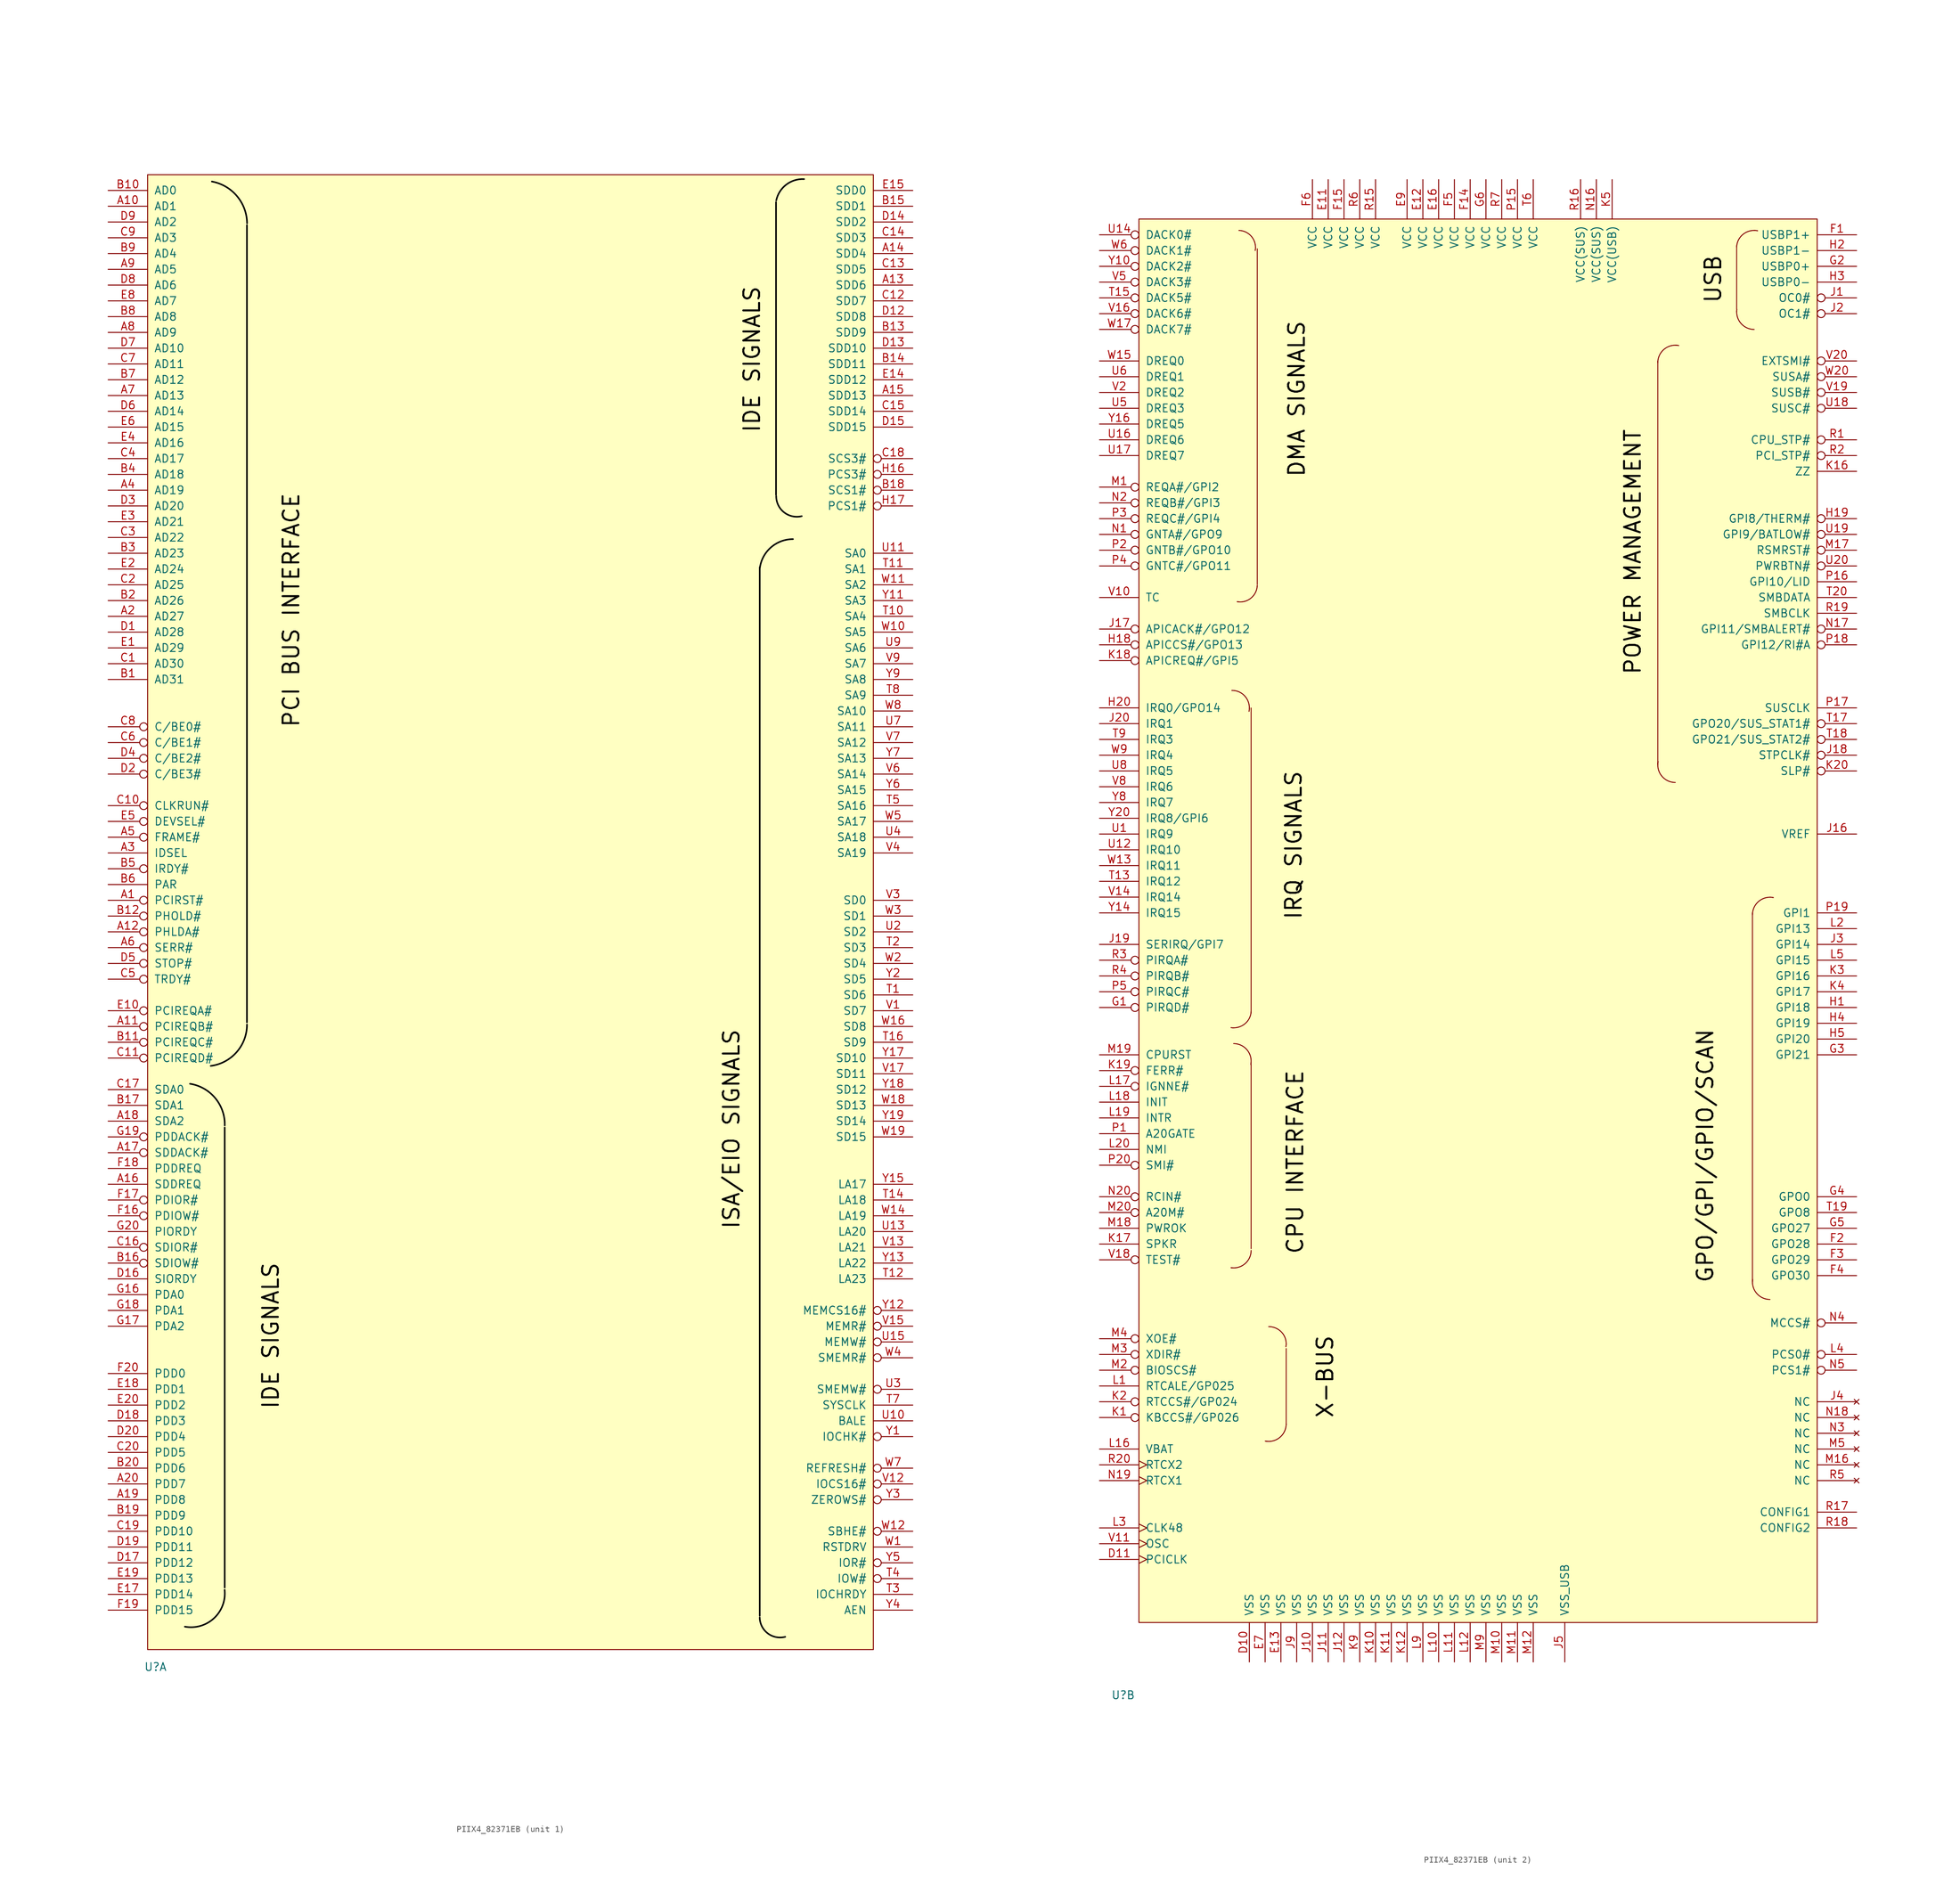
<source format=kicad_sym>
(kicad_symbol_lib
  (version 20240819)
  (generator "kicad_symbol_editor")
  (generator_version "8.99")
  (symbol "PIIX4_82371EB"
    (pin_names
      (offset 1.016))
    (property "Reference" "U"
      (at -57.15 -123.444 0)
      (effects (font (size 1.27 1.27))))
    (property "ki_locked" ""
      (at 0 0 0)
      (effects (font (size 1.27 1.27))))
    (symbol "PIIX4_82371EB_1_0"
      (polyline (pts (xy -46.005 -36.589) (xy -46.005 -110.671)) (stroke (width 0.254) (type solid) (color 0 0 0 1)) (fill (type none)))
      (polyline (pts (xy -42.426 108.713) (xy -42.426 -19.649)) (stroke (width 0.254) (type solid) (color 0 0 0 1)) (fill (type none)))
      (polyline (pts (xy 40.127 53.599) (xy 40.127 -115.204)) (stroke (width 0.254) (type solid) (color 0 0 0 1)) (fill (type none)))
      (polyline (pts (xy 42.751 65.29) (xy 42.751 112.411)) (stroke (width 0.254) (type solid) (color 0 0 0 1)) (fill (type none))))
    (symbol "PIIX4_82371EB_1_1"
      (rectangle (start -58.42 116.84) (end 58.42 -120.65) (stroke (width 0) (type default)) (fill (type background)))
      (arc (start -51.5918 -29.545) (mid -47.5323 -31.8493) (end -45.9973 -36.2576) (stroke (width 0.254) (type default) (color 0 0 0 1)) (fill (type none)))
      (arc (start -46.0167 -111.0393) (mid -47.7326 -115.607) (end -52.4197 -116.9636) (stroke (width 0.254) (type default) (color 0 0 0 1)) (fill (type none)))
      (arc (start -48.0727 115.7376) (mid -44.031 113.3915) (end -42.404 109.0106) (stroke (width 0.254) (type default) (color 0 0 0 1)) (fill (type none)))
      (arc (start -42.4186 -19.9949) (mid -44.0765 -24.4375) (end -48.26 -26.67) (stroke (width 0.254) (type default) (color 0 0 0 1)) (fill (type none)))
      (arc (start 44.2301 -118.5991) (mid 41.417 -118.0377) (end 40.1235 -115.477) (stroke (width 0.254) (type default) (color 0 0 0 1)) (fill (type none)))
      (arc (start 40.1372 53.4512) (mid 41.9178 56.8128) (end 45.4785 58.152) (stroke (width 0.254) (type default) (color 0 0 0 1)) (fill (type none)))
      (arc (start 46.8901 61.8535) (mid 44.0421 62.4701) (end 42.7721 65.091) (stroke (width 0.254) (type default) (color 0 0 0 1)) (fill (type none)))
      (arc (start 42.7808 112.6783) (mid 44.3894 115.2301) (end 47.2715 116.1206) (stroke (width 0.254) (type default) (color 0 0 0 1)) (fill (type none)))
      (text "IDE SIGNALS\n" (at -38.608 -70.104 900) (effects (font (size 2.54 2.54) (thickness 0.318) (color 0 0 0 1))))
      (text "PCI BUS INTERFACE" (at -35.306 46.736 900) (effects (font (size 2.54 2.54) (thickness 0.318) (color 0 0 0 1))))
      (text "ISA/EIO SIGNALS" (at 35.56 -36.83 900) (effects (font (size 2.54 2.54) (thickness 0.318) (color 0 0 0 1))))
      (text "IDE SIGNALS\n" (at 38.862 87.122 900) (effects (font (size 2.54 2.54) (thickness 0.318) (color 0 0 0 1))))
      (pin bidirectional line (at -64.77 114.3 0) (length 6.35) (name "AD0" (effects (font (size 1.27 1.27)))) (number "B10" (effects (font (size 1.27 1.27)))))
      (pin bidirectional line (at -64.77 111.76 0) (length 6.35) (name "AD1" (effects (font (size 1.27 1.27)))) (number "A10" (effects (font (size 1.27 1.27)))))
      (pin bidirectional line (at -64.77 109.22 0) (length 6.35) (name "AD2" (effects (font (size 1.27 1.27)))) (number "D9" (effects (font (size 1.27 1.27)))))
      (pin bidirectional line (at -64.77 106.68 0) (length 6.35) (name "AD3" (effects (font (size 1.27 1.27)))) (number "C9" (effects (font (size 1.27 1.27)))))
      (pin bidirectional line (at -64.77 104.14 0) (length 6.35) (name "AD4" (effects (font (size 1.27 1.27)))) (number "B9" (effects (font (size 1.27 1.27)))))
      (pin bidirectional line (at -64.77 101.6 0) (length 6.35) (name "AD5" (effects (font (size 1.27 1.27)))) (number "A9" (effects (font (size 1.27 1.27)))))
      (pin bidirectional line (at -64.77 99.06 0) (length 6.35) (name "AD6" (effects (font (size 1.27 1.27)))) (number "D8" (effects (font (size 1.27 1.27)))))
      (pin bidirectional line (at -64.77 96.52 0) (length 6.35) (name "AD7" (effects (font (size 1.27 1.27)))) (number "E8" (effects (font (size 1.27 1.27)))))
      (pin bidirectional line (at -64.77 93.98 0) (length 6.35) (name "AD8" (effects (font (size 1.27 1.27)))) (number "B8" (effects (font (size 1.27 1.27)))))
      (pin bidirectional line (at -64.77 91.44 0) (length 6.35) (name "AD9" (effects (font (size 1.27 1.27)))) (number "A8" (effects (font (size 1.27 1.27)))))
      (pin bidirectional line (at -64.77 88.9 0) (length 6.35) (name "AD10" (effects (font (size 1.27 1.27)))) (number "D7" (effects (font (size 1.27 1.27)))))
      (pin bidirectional line (at -64.77 86.36 0) (length 6.35) (name "AD11" (effects (font (size 1.27 1.27)))) (number "C7" (effects (font (size 1.27 1.27)))))
      (pin bidirectional line (at -64.77 83.82 0) (length 6.35) (name "AD12" (effects (font (size 1.27 1.27)))) (number "B7" (effects (font (size 1.27 1.27)))))
      (pin bidirectional line (at -64.77 81.28 0) (length 6.35) (name "AD13" (effects (font (size 1.27 1.27)))) (number "A7" (effects (font (size 1.27 1.27)))))
      (pin bidirectional line (at -64.77 78.74 0) (length 6.35) (name "AD14" (effects (font (size 1.27 1.27)))) (number "D6" (effects (font (size 1.27 1.27)))))
      (pin bidirectional line (at -64.77 76.2 0) (length 6.35) (name "AD15" (effects (font (size 1.27 1.27)))) (number "E6" (effects (font (size 1.27 1.27)))))
      (pin bidirectional line (at -64.77 73.66 0) (length 6.35) (name "AD16" (effects (font (size 1.27 1.27)))) (number "E4" (effects (font (size 1.27 1.27)))))
      (pin bidirectional line (at -64.77 71.12 0) (length 6.35) (name "AD17" (effects (font (size 1.27 1.27)))) (number "C4" (effects (font (size 1.27 1.27)))))
      (pin bidirectional line (at -64.77 68.58 0) (length 6.35) (name "AD18" (effects (font (size 1.27 1.27)))) (number "B4" (effects (font (size 1.27 1.27)))))
      (pin bidirectional line (at -64.77 66.04 0) (length 6.35) (name "AD19" (effects (font (size 1.27 1.27)))) (number "A4" (effects (font (size 1.27 1.27)))))
      (pin bidirectional line (at -64.77 63.5 0) (length 6.35) (name "AD20" (effects (font (size 1.27 1.27)))) (number "D3" (effects (font (size 1.27 1.27)))))
      (pin bidirectional line (at -64.77 60.96 0) (length 6.35) (name "AD21" (effects (font (size 1.27 1.27)))) (number "E3" (effects (font (size 1.27 1.27)))))
      (pin bidirectional line (at -64.77 58.42 0) (length 6.35) (name "AD22" (effects (font (size 1.27 1.27)))) (number "C3" (effects (font (size 1.27 1.27)))))
      (pin bidirectional line (at -64.77 55.88 0) (length 6.35) (name "AD23" (effects (font (size 1.27 1.27)))) (number "B3" (effects (font (size 1.27 1.27)))))
      (pin bidirectional line (at -64.77 53.34 0) (length 6.35) (name "AD24" (effects (font (size 1.27 1.27)))) (number "E2" (effects (font (size 1.27 1.27)))))
      (pin bidirectional line (at -64.77 50.8 0) (length 6.35) (name "AD25" (effects (font (size 1.27 1.27)))) (number "C2" (effects (font (size 1.27 1.27)))))
      (pin bidirectional line (at -64.77 48.26 0) (length 6.35) (name "AD26" (effects (font (size 1.27 1.27)))) (number "B2" (effects (font (size 1.27 1.27)))))
      (pin bidirectional line (at -64.77 45.72 0) (length 6.35) (name "AD27" (effects (font (size 1.27 1.27)))) (number "A2" (effects (font (size 1.27 1.27)))))
      (pin bidirectional line (at -64.77 43.18 0) (length 6.35) (name "AD28" (effects (font (size 1.27 1.27)))) (number "D1" (effects (font (size 1.27 1.27)))))
      (pin bidirectional line (at -64.77 40.64 0) (length 6.35) (name "AD29" (effects (font (size 1.27 1.27)))) (number "E1" (effects (font (size 1.27 1.27)))))
      (pin bidirectional line (at -64.77 38.1 0) (length 6.35) (name "AD30" (effects (font (size 1.27 1.27)))) (number "C1" (effects (font (size 1.27 1.27)))))
      (pin bidirectional line (at -64.77 35.56 0) (length 6.35) (name "AD31" (effects (font (size 1.27 1.27)))) (number "B1" (effects (font (size 1.27 1.27)))))
      (pin bidirectional inverted (at -64.77 27.94 0) (length 6.35) (name "C/BE0#" (effects (font (size 1.27 1.27)))) (number "C8" (effects (font (size 1.27 1.27)))))
      (pin bidirectional inverted (at -64.77 25.4 0) (length 6.35) (name "C/BE1#" (effects (font (size 1.27 1.27)))) (number "C6" (effects (font (size 1.27 1.27)))))
      (pin bidirectional inverted (at -64.77 22.86 0) (length 6.35) (name "C/BE2#" (effects (font (size 1.27 1.27)))) (number "D4" (effects (font (size 1.27 1.27)))))
      (pin bidirectional inverted (at -64.77 20.32 0) (length 6.35) (name "C/BE3#" (effects (font (size 1.27 1.27)))) (number "D2" (effects (font (size 1.27 1.27)))))
      (pin bidirectional inverted (at -64.77 15.24 0) (length 6.35) (name "CLKRUN#" (effects (font (size 1.27 1.27)))) (number "C10" (effects (font (size 1.27 1.27)))))
      (pin bidirectional inverted (at -64.77 12.7 0) (length 6.35) (name "DEVSEL#" (effects (font (size 1.27 1.27)))) (number "E5" (effects (font (size 1.27 1.27)))))
      (pin bidirectional inverted (at -64.77 10.16 0) (length 6.35) (name "FRAME#" (effects (font (size 1.27 1.27)))) (number "A5" (effects (font (size 1.27 1.27)))))
      (pin input line (at -64.77 7.62 0) (length 6.35) (name "IDSEL" (effects (font (size 1.27 1.27)))) (number "A3" (effects (font (size 1.27 1.27)))))
      (pin bidirectional inverted (at -64.77 5.08 0) (length 6.35) (name "IRDY#" (effects (font (size 1.27 1.27)))) (number "B5" (effects (font (size 1.27 1.27)))))
      (pin output line (at -64.77 2.54 0) (length 6.35) (name "PAR" (effects (font (size 1.27 1.27)))) (number "B6" (effects (font (size 1.27 1.27)))))
      (pin output inverted (at -64.77 0 0) (length 6.35) (name "PCIRST#" (effects (font (size 1.27 1.27)))) (number "A1" (effects (font (size 1.27 1.27)))))
      (pin output inverted (at -64.77 -2.54 0) (length 6.35) (name "PHOLD#" (effects (font (size 1.27 1.27)))) (number "B12" (effects (font (size 1.27 1.27)))))
      (pin input inverted (at -64.77 -5.08 0) (length 6.35) (name "PHLDA#" (effects (font (size 1.27 1.27)))) (number "A12" (effects (font (size 1.27 1.27)))))
      (pin bidirectional inverted (at -64.77 -7.62 0) (length 6.35) (name "SERR#" (effects (font (size 1.27 1.27)))) (number "A6" (effects (font (size 1.27 1.27)))))
      (pin bidirectional inverted (at -64.77 -10.16 0) (length 6.35) (name "STOP#" (effects (font (size 1.27 1.27)))) (number "D5" (effects (font (size 1.27 1.27)))))
      (pin bidirectional inverted (at -64.77 -12.7 0) (length 6.35) (name "TRDY#" (effects (font (size 1.27 1.27)))) (number "C5" (effects (font (size 1.27 1.27)))))
      (pin input inverted (at -64.77 -17.78 0) (length 6.35) (name "PCIREQA#" (effects (font (size 1.27 1.27)))) (number "E10" (effects (font (size 1.27 1.27)))))
      (pin input inverted (at -64.77 -20.32 0) (length 6.35) (name "PCIREQB#" (effects (font (size 1.27 1.27)))) (number "A11" (effects (font (size 1.27 1.27)))))
      (pin input inverted (at -64.77 -22.86 0) (length 6.35) (name "PCIREQC#" (effects (font (size 1.27 1.27)))) (number "B11" (effects (font (size 1.27 1.27)))))
      (pin input inverted (at -64.77 -25.4 0) (length 6.35) (name "PCIREQD#" (effects (font (size 1.27 1.27)))) (number "C11" (effects (font (size 1.27 1.27)))))
      (pin output line (at -64.77 -30.48 0) (length 6.35) (name "SDA0" (effects (font (size 1.27 1.27)))) (number "C17" (effects (font (size 1.27 1.27)))))
      (pin output line (at -64.77 -33.02 0) (length 6.35) (name "SDA1" (effects (font (size 1.27 1.27)))) (number "B17" (effects (font (size 1.27 1.27)))))
      (pin output line (at -64.77 -35.56 0) (length 6.35) (name "SDA2" (effects (font (size 1.27 1.27)))) (number "A18" (effects (font (size 1.27 1.27)))))
      (pin output inverted (at -64.77 -38.1 0) (length 6.35) (name "PDDACK#" (effects (font (size 1.27 1.27)))) (number "G19" (effects (font (size 1.27 1.27)))))
      (pin output inverted (at -64.77 -40.64 0) (length 6.35) (name "SDDACK#" (effects (font (size 1.27 1.27)))) (number "A17" (effects (font (size 1.27 1.27)))))
      (pin input line (at -64.77 -43.18 0) (length 6.35) (name "PDDREQ" (effects (font (size 1.27 1.27)))) (number "F18" (effects (font (size 1.27 1.27)))))
      (pin input line (at -64.77 -45.72 0) (length 6.35) (name "SDDREQ" (effects (font (size 1.27 1.27)))) (number "A16" (effects (font (size 1.27 1.27)))))
      (pin output inverted (at -64.77 -48.26 0) (length 6.35) (name "PDIOR#" (effects (font (size 1.27 1.27)))) (number "F17" (effects (font (size 1.27 1.27)))))
      (pin output inverted (at -64.77 -50.8 0) (length 6.35) (name "PDIOW#" (effects (font (size 1.27 1.27)))) (number "F16" (effects (font (size 1.27 1.27)))))
      (pin input line (at -64.77 -53.34 0) (length 6.35) (name "PIORDY" (effects (font (size 1.27 1.27)))) (number "G20" (effects (font (size 1.27 1.27)))))
      (pin output inverted (at -64.77 -55.88 0) (length 6.35) (name "SDIOR#" (effects (font (size 1.27 1.27)))) (number "C16" (effects (font (size 1.27 1.27)))))
      (pin output inverted (at -64.77 -58.42 0) (length 6.35) (name "SDIOW#" (effects (font (size 1.27 1.27)))) (number "B16" (effects (font (size 1.27 1.27)))))
      (pin input line (at -64.77 -60.96 0) (length 6.35) (name "SIORDY" (effects (font (size 1.27 1.27)))) (number "D16" (effects (font (size 1.27 1.27)))))
      (pin output line (at -64.77 -63.5 0) (length 6.35) (name "PDA0" (effects (font (size 1.27 1.27)))) (number "G16" (effects (font (size 1.27 1.27)))))
      (pin output line (at -64.77 -66.04 0) (length 6.35) (name "PDA1" (effects (font (size 1.27 1.27)))) (number "G18" (effects (font (size 1.27 1.27)))))
      (pin output line (at -64.77 -68.58 0) (length 6.35) (name "PDA2" (effects (font (size 1.27 1.27)))) (number "G17" (effects (font (size 1.27 1.27)))))
      (pin bidirectional line (at -64.77 -76.2 0) (length 6.35) (name "PDD0" (effects (font (size 1.27 1.27)))) (number "F20" (effects (font (size 1.27 1.27)))))
      (pin bidirectional line (at -64.77 -78.74 0) (length 6.35) (name "PDD1" (effects (font (size 1.27 1.27)))) (number "E18" (effects (font (size 1.27 1.27)))))
      (pin bidirectional line (at -64.77 -81.28 0) (length 6.35) (name "PDD2" (effects (font (size 1.27 1.27)))) (number "E20" (effects (font (size 1.27 1.27)))))
      (pin bidirectional line (at -64.77 -83.82 0) (length 6.35) (name "PDD3" (effects (font (size 1.27 1.27)))) (number "D18" (effects (font (size 1.27 1.27)))))
      (pin bidirectional line (at -64.77 -86.36 0) (length 6.35) (name "PDD4" (effects (font (size 1.27 1.27)))) (number "D20" (effects (font (size 1.27 1.27)))))
      (pin bidirectional line (at -64.77 -88.9 0) (length 6.35) (name "PDD5" (effects (font (size 1.27 1.27)))) (number "C20" (effects (font (size 1.27 1.27)))))
      (pin bidirectional line (at -64.77 -91.44 0) (length 6.35) (name "PDD6" (effects (font (size 1.27 1.27)))) (number "B20" (effects (font (size 1.27 1.27)))))
      (pin bidirectional line (at -64.77 -93.98 0) (length 6.35) (name "PDD7" (effects (font (size 1.27 1.27)))) (number "A20" (effects (font (size 1.27 1.27)))))
      (pin bidirectional line (at -64.77 -96.52 0) (length 6.35) (name "PDD8" (effects (font (size 1.27 1.27)))) (number "A19" (effects (font (size 1.27 1.27)))))
      (pin bidirectional line (at -64.77 -99.06 0) (length 6.35) (name "PDD9" (effects (font (size 1.27 1.27)))) (number "B19" (effects (font (size 1.27 1.27)))))
      (pin bidirectional line (at -64.77 -101.6 0) (length 6.35) (name "PDD10" (effects (font (size 1.27 1.27)))) (number "C19" (effects (font (size 1.27 1.27)))))
      (pin bidirectional line (at -64.77 -104.14 0) (length 6.35) (name "PDD11" (effects (font (size 1.27 1.27)))) (number "D19" (effects (font (size 1.27 1.27)))))
      (pin bidirectional line (at -64.77 -106.68 0) (length 6.35) (name "PDD12" (effects (font (size 1.27 1.27)))) (number "D17" (effects (font (size 1.27 1.27)))))
      (pin bidirectional line (at -64.77 -109.22 0) (length 6.35) (name "PDD13" (effects (font (size 1.27 1.27)))) (number "E19" (effects (font (size 1.27 1.27)))))
      (pin bidirectional line (at -64.77 -111.76 0) (length 6.35) (name "PDD14" (effects (font (size 1.27 1.27)))) (number "E17" (effects (font (size 1.27 1.27)))))
      (pin bidirectional line (at -64.77 -114.3 0) (length 6.35) (name "PDD15" (effects (font (size 1.27 1.27)))) (number "F19" (effects (font (size 1.27 1.27)))))
      (pin bidirectional line (at 64.77 114.3 180) (length 6.35) (name "SDD0" (effects (font (size 1.27 1.27)))) (number "E15" (effects (font (size 1.27 1.27)))))
      (pin bidirectional line (at 64.77 111.76 180) (length 6.35) (name "SDD1" (effects (font (size 1.27 1.27)))) (number "B15" (effects (font (size 1.27 1.27)))))
      (pin bidirectional line (at 64.77 109.22 180) (length 6.35) (name "SDD2" (effects (font (size 1.27 1.27)))) (number "D14" (effects (font (size 1.27 1.27)))))
      (pin bidirectional line (at 64.77 106.68 180) (length 6.35) (name "SDD3" (effects (font (size 1.27 1.27)))) (number "C14" (effects (font (size 1.27 1.27)))))
      (pin bidirectional line (at 64.77 104.14 180) (length 6.35) (name "SDD4" (effects (font (size 1.27 1.27)))) (number "A14" (effects (font (size 1.27 1.27)))))
      (pin bidirectional line (at 64.77 101.6 180) (length 6.35) (name "SDD5" (effects (font (size 1.27 1.27)))) (number "C13" (effects (font (size 1.27 1.27)))))
      (pin bidirectional line (at 64.77 99.06 180) (length 6.35) (name "SDD6" (effects (font (size 1.27 1.27)))) (number "A13" (effects (font (size 1.27 1.27)))))
      (pin bidirectional line (at 64.77 96.52 180) (length 6.35) (name "SDD7" (effects (font (size 1.27 1.27)))) (number "C12" (effects (font (size 1.27 1.27)))))
      (pin bidirectional line (at 64.77 93.98 180) (length 6.35) (name "SDD8" (effects (font (size 1.27 1.27)))) (number "D12" (effects (font (size 1.27 1.27)))))
      (pin bidirectional line (at 64.77 91.44 180) (length 6.35) (name "SDD9" (effects (font (size 1.27 1.27)))) (number "B13" (effects (font (size 1.27 1.27)))))
      (pin bidirectional line (at 64.77 88.9 180) (length 6.35) (name "SDD10" (effects (font (size 1.27 1.27)))) (number "D13" (effects (font (size 1.27 1.27)))))
      (pin bidirectional line (at 64.77 86.36 180) (length 6.35) (name "SDD11" (effects (font (size 1.27 1.27)))) (number "B14" (effects (font (size 1.27 1.27)))))
      (pin bidirectional line (at 64.77 83.82 180) (length 6.35) (name "SDD12" (effects (font (size 1.27 1.27)))) (number "E14" (effects (font (size 1.27 1.27)))))
      (pin bidirectional line (at 64.77 81.28 180) (length 6.35) (name "SDD13" (effects (font (size 1.27 1.27)))) (number "A15" (effects (font (size 1.27 1.27)))))
      (pin bidirectional line (at 64.77 78.74 180) (length 6.35) (name "SDD14" (effects (font (size 1.27 1.27)))) (number "C15" (effects (font (size 1.27 1.27)))))
      (pin bidirectional line (at 64.77 76.2 180) (length 6.35) (name "SDD15" (effects (font (size 1.27 1.27)))) (number "D15" (effects (font (size 1.27 1.27)))))
      (pin output inverted (at 64.77 71.12 180) (length 6.35) (name "SCS3#" (effects (font (size 1.27 1.27)))) (number "C18" (effects (font (size 1.27 1.27)))))
      (pin output inverted (at 64.77 68.58 180) (length 6.35) (name "PCS3#" (effects (font (size 1.27 1.27)))) (number "H16" (effects (font (size 1.27 1.27)))))
      (pin output inverted (at 64.77 66.04 180) (length 6.35) (name "SCS1#" (effects (font (size 1.27 1.27)))) (number "B18" (effects (font (size 1.27 1.27)))))
      (pin output inverted (at 64.77 63.5 180) (length 6.35) (name "PCS1#" (effects (font (size 1.27 1.27)))) (number "H17" (effects (font (size 1.27 1.27)))))
      (pin bidirectional line (at 64.77 55.88 180) (length 6.35) (name "SA0" (effects (font (size 1.27 1.27)))) (number "U11" (effects (font (size 1.27 1.27)))))
      (pin bidirectional line (at 64.77 53.34 180) (length 6.35) (name "SA1" (effects (font (size 1.27 1.27)))) (number "T11" (effects (font (size 1.27 1.27)))))
      (pin bidirectional line (at 64.77 50.8 180) (length 6.35) (name "SA2" (effects (font (size 1.27 1.27)))) (number "W11" (effects (font (size 1.27 1.27)))))
      (pin bidirectional line (at 64.77 48.26 180) (length 6.35) (name "SA3" (effects (font (size 1.27 1.27)))) (number "Y11" (effects (font (size 1.27 1.27)))))
      (pin bidirectional line (at 64.77 45.72 180) (length 6.35) (name "SA4" (effects (font (size 1.27 1.27)))) (number "T10" (effects (font (size 1.27 1.27)))))
      (pin bidirectional line (at 64.77 43.18 180) (length 6.35) (name "SA5" (effects (font (size 1.27 1.27)))) (number "W10" (effects (font (size 1.27 1.27)))))
      (pin bidirectional line (at 64.77 40.64 180) (length 6.35) (name "SA6" (effects (font (size 1.27 1.27)))) (number "U9" (effects (font (size 1.27 1.27)))))
      (pin bidirectional line (at 64.77 38.1 180) (length 6.35) (name "SA7" (effects (font (size 1.27 1.27)))) (number "V9" (effects (font (size 1.27 1.27)))))
      (pin bidirectional line (at 64.77 35.56 180) (length 6.35) (name "SA8" (effects (font (size 1.27 1.27)))) (number "Y9" (effects (font (size 1.27 1.27)))))
      (pin bidirectional line (at 64.77 33.02 180) (length 6.35) (name "SA9" (effects (font (size 1.27 1.27)))) (number "T8" (effects (font (size 1.27 1.27)))))
      (pin bidirectional line (at 64.77 30.48 180) (length 6.35) (name "SA10" (effects (font (size 1.27 1.27)))) (number "W8" (effects (font (size 1.27 1.27)))))
      (pin bidirectional line (at 64.77 27.94 180) (length 6.35) (name "SA11" (effects (font (size 1.27 1.27)))) (number "U7" (effects (font (size 1.27 1.27)))))
      (pin bidirectional line (at 64.77 25.4 180) (length 6.35) (name "SA12" (effects (font (size 1.27 1.27)))) (number "V7" (effects (font (size 1.27 1.27)))))
      (pin bidirectional line (at 64.77 22.86 180) (length 6.35) (name "SA13" (effects (font (size 1.27 1.27)))) (number "Y7" (effects (font (size 1.27 1.27)))))
      (pin bidirectional line (at 64.77 20.32 180) (length 6.35) (name "SA14" (effects (font (size 1.27 1.27)))) (number "V6" (effects (font (size 1.27 1.27)))))
      (pin bidirectional line (at 64.77 17.78 180) (length 6.35) (name "SA15" (effects (font (size 1.27 1.27)))) (number "Y6" (effects (font (size 1.27 1.27)))))
      (pin bidirectional line (at 64.77 15.24 180) (length 6.35) (name "SA16" (effects (font (size 1.27 1.27)))) (number "T5" (effects (font (size 1.27 1.27)))))
      (pin bidirectional line (at 64.77 12.7 180) (length 6.35) (name "SA17" (effects (font (size 1.27 1.27)))) (number "W5" (effects (font (size 1.27 1.27)))))
      (pin bidirectional line (at 64.77 10.16 180) (length 6.35) (name "SA18" (effects (font (size 1.27 1.27)))) (number "U4" (effects (font (size 1.27 1.27)))))
      (pin bidirectional line (at 64.77 7.62 180) (length 6.35) (name "SA19" (effects (font (size 1.27 1.27)))) (number "V4" (effects (font (size 1.27 1.27)))))
      (pin bidirectional line (at 64.77 0 180) (length 6.35) (name "SD0" (effects (font (size 1.27 1.27)))) (number "V3" (effects (font (size 1.27 1.27)))))
      (pin bidirectional line (at 64.77 -2.54 180) (length 6.35) (name "SD1" (effects (font (size 1.27 1.27)))) (number "W3" (effects (font (size 1.27 1.27)))))
      (pin bidirectional line (at 64.77 -5.08 180) (length 6.35) (name "SD2" (effects (font (size 1.27 1.27)))) (number "U2" (effects (font (size 1.27 1.27)))))
      (pin bidirectional line (at 64.77 -7.62 180) (length 6.35) (name "SD3" (effects (font (size 1.27 1.27)))) (number "T2" (effects (font (size 1.27 1.27)))))
      (pin bidirectional line (at 64.77 -10.16 180) (length 6.35) (name "SD4" (effects (font (size 1.27 1.27)))) (number "W2" (effects (font (size 1.27 1.27)))))
      (pin bidirectional line (at 64.77 -12.7 180) (length 6.35) (name "SD5" (effects (font (size 1.27 1.27)))) (number "Y2" (effects (font (size 1.27 1.27)))))
      (pin bidirectional line (at 64.77 -15.24 180) (length 6.35) (name "SD6" (effects (font (size 1.27 1.27)))) (number "T1" (effects (font (size 1.27 1.27)))))
      (pin bidirectional line (at 64.77 -17.78 180) (length 6.35) (name "SD7" (effects (font (size 1.27 1.27)))) (number "V1" (effects (font (size 1.27 1.27)))))
      (pin bidirectional line (at 64.77 -20.32 180) (length 6.35) (name "SD8" (effects (font (size 1.27 1.27)))) (number "W16" (effects (font (size 1.27 1.27)))))
      (pin bidirectional line (at 64.77 -22.86 180) (length 6.35) (name "SD9" (effects (font (size 1.27 1.27)))) (number "T16" (effects (font (size 1.27 1.27)))))
      (pin bidirectional line (at 64.77 -25.4 180) (length 6.35) (name "SD10" (effects (font (size 1.27 1.27)))) (number "Y17" (effects (font (size 1.27 1.27)))))
      (pin bidirectional line (at 64.77 -27.94 180) (length 6.35) (name "SD11" (effects (font (size 1.27 1.27)))) (number "V17" (effects (font (size 1.27 1.27)))))
      (pin bidirectional line (at 64.77 -30.48 180) (length 6.35) (name "SD12" (effects (font (size 1.27 1.27)))) (number "Y18" (effects (font (size 1.27 1.27)))))
      (pin bidirectional line (at 64.77 -33.02 180) (length 6.35) (name "SD13" (effects (font (size 1.27 1.27)))) (number "W18" (effects (font (size 1.27 1.27)))))
      (pin bidirectional line (at 64.77 -35.56 180) (length 6.35) (name "SD14" (effects (font (size 1.27 1.27)))) (number "Y19" (effects (font (size 1.27 1.27)))))
      (pin bidirectional line (at 64.77 -38.1 180) (length 6.35) (name "SD15" (effects (font (size 1.27 1.27)))) (number "W19" (effects (font (size 1.27 1.27)))))
      (pin bidirectional line (at 64.77 -45.72 180) (length 6.35) (name "LA17" (effects (font (size 1.27 1.27)))) (number "Y15" (effects (font (size 1.27 1.27)))))
      (pin bidirectional line (at 64.77 -48.26 180) (length 6.35) (name "LA18" (effects (font (size 1.27 1.27)))) (number "T14" (effects (font (size 1.27 1.27)))))
      (pin bidirectional line (at 64.77 -50.8 180) (length 6.35) (name "LA19" (effects (font (size 1.27 1.27)))) (number "W14" (effects (font (size 1.27 1.27)))))
      (pin bidirectional line (at 64.77 -53.34 180) (length 6.35) (name "LA20" (effects (font (size 1.27 1.27)))) (number "U13" (effects (font (size 1.27 1.27)))))
      (pin bidirectional line (at 64.77 -55.88 180) (length 6.35) (name "LA21" (effects (font (size 1.27 1.27)))) (number "V13" (effects (font (size 1.27 1.27)))))
      (pin bidirectional line (at 64.77 -58.42 180) (length 6.35) (name "LA22" (effects (font (size 1.27 1.27)))) (number "Y13" (effects (font (size 1.27 1.27)))))
      (pin bidirectional line (at 64.77 -60.96 180) (length 6.35) (name "LA23" (effects (font (size 1.27 1.27)))) (number "T12" (effects (font (size 1.27 1.27)))))
      (pin bidirectional inverted (at 64.77 -66.04 180) (length 6.35) (name "MEMCS16#" (effects (font (size 1.27 1.27)))) (number "Y12" (effects (font (size 1.27 1.27)))))
      (pin bidirectional inverted (at 64.77 -68.58 180) (length 6.35) (name "MEMR#" (effects (font (size 1.27 1.27)))) (number "V15" (effects (font (size 1.27 1.27)))))
      (pin bidirectional inverted (at 64.77 -71.12 180) (length 6.35) (name "MEMW#" (effects (font (size 1.27 1.27)))) (number "U15" (effects (font (size 1.27 1.27)))))
      (pin output inverted (at 64.77 -73.66 180) (length 6.35) (name "SMEMR#" (effects (font (size 1.27 1.27)))) (number "W4" (effects (font (size 1.27 1.27)))))
      (pin output inverted (at 64.77 -78.74 180) (length 6.35) (name "SMEMW#" (effects (font (size 1.27 1.27)))) (number "U3" (effects (font (size 1.27 1.27)))))
      (pin output line (at 64.77 -81.28 180) (length 6.35) (name "SYSCLK" (effects (font (size 1.27 1.27)))) (number "T7" (effects (font (size 1.27 1.27)))))
      (pin output line (at 64.77 -83.82 180) (length 6.35) (name "BALE" (effects (font (size 1.27 1.27)))) (number "U10" (effects (font (size 1.27 1.27)))))
      (pin input inverted (at 64.77 -86.36 180) (length 6.35) (name "IOCHK#" (effects (font (size 1.27 1.27)))) (number "Y1" (effects (font (size 1.27 1.27)))))
      (pin bidirectional inverted (at 64.77 -91.44 180) (length 6.35) (name "REFRESH#" (effects (font (size 1.27 1.27)))) (number "W7" (effects (font (size 1.27 1.27)))))
      (pin input inverted (at 64.77 -93.98 180) (length 6.35) (name "IOCS16#" (effects (font (size 1.27 1.27)))) (number "V12" (effects (font (size 1.27 1.27)))))
      (pin input inverted (at 64.77 -96.52 180) (length 6.35) (name "ZEROWS#" (effects (font (size 1.27 1.27)))) (number "Y3" (effects (font (size 1.27 1.27)))))
      (pin bidirectional inverted (at 64.77 -101.6 180) (length 6.35) (name "SBHE#" (effects (font (size 1.27 1.27)))) (number "W12" (effects (font (size 1.27 1.27)))))
      (pin output line (at 64.77 -104.14 180) (length 6.35) (name "RSTDRV" (effects (font (size 1.27 1.27)))) (number "W1" (effects (font (size 1.27 1.27)))))
      (pin bidirectional inverted (at 64.77 -106.68 180) (length 6.35) (name "IOR#" (effects (font (size 1.27 1.27)))) (number "Y5" (effects (font (size 1.27 1.27)))))
      (pin bidirectional inverted (at 64.77 -109.22 180) (length 6.35) (name "IOW#" (effects (font (size 1.27 1.27)))) (number "T4" (effects (font (size 1.27 1.27)))))
      (pin bidirectional line (at 64.77 -111.76 180) (length 6.35) (name "IOCHRDY" (effects (font (size 1.27 1.27)))) (number "T3" (effects (font (size 1.27 1.27)))))
      (pin output line (at 64.77 -114.3 180) (length 6.35) (name "AEN" (effects (font (size 1.27 1.27)))) (number "Y4" (effects (font (size 1.27 1.27))))))
    (symbol "PIIX4_82371EB_2_0"
      (polyline (pts (xy -39.785 -15.941) (xy -39.733 -15.948)) (stroke (width 0.141) (type solid)) (fill (type none)))
      (polyline (pts (xy -39.785 -54.612) (xy -39.733 -54.619)) (stroke (width 0.141) (type solid)) (fill (type none)))
      (polyline (pts (xy -39.733 -15.948) (xy -39.681 -15.954)) (stroke (width 0.141) (type solid)) (fill (type none)))
      (polyline (pts (xy -39.733 -54.619) (xy -39.681 -54.626)) (stroke (width 0.141) (type solid)) (fill (type none)))
      (polyline (pts (xy -39.681 -15.954) (xy -39.629 -15.959)) (stroke (width 0.141) (type solid)) (fill (type none)))
      (polyline (pts (xy -39.681 -54.626) (xy -39.629 -54.631)) (stroke (width 0.141) (type solid)) (fill (type none)))
      (polyline (pts (xy -39.629 -15.959) (xy -39.577 -15.963)) (stroke (width 0.141) (type solid)) (fill (type none)))
      (polyline (pts (xy -39.629 -54.631) (xy -39.577 -54.635)) (stroke (width 0.141) (type solid)) (fill (type none)))
      (polyline (pts (xy -39.614 38.367) (xy -39.649 38.366)) (stroke (width 0.141) (type solid)) (fill (type none)))
      (polyline (pts (xy -39.596 38.367) (xy -39.614 38.367)) (stroke (width 0.141) (type solid)) (fill (type none)))
      (polyline (pts (xy -39.578 38.367) (xy -39.596 38.367)) (stroke (width 0.141) (type solid)) (fill (type none)))
      (polyline (pts (xy -39.577 -15.963) (xy -39.524 -15.967)) (stroke (width 0.141) (type solid)) (fill (type none)))
      (polyline (pts (xy -39.577 -54.635) (xy -39.524 -54.639)) (stroke (width 0.141) (type solid)) (fill (type none)))
      (polyline (pts (xy -39.524 -15.967) (xy -39.472 -15.969)) (stroke (width 0.141) (type solid)) (fill (type none)))
      (polyline (pts (xy -39.524 -54.639) (xy -39.472 -54.641)) (stroke (width 0.141) (type solid)) (fill (type none)))
      (polyline (pts (xy -39.472 -15.969) (xy -39.419 -15.971)) (stroke (width 0.141) (type solid)) (fill (type none)))
      (polyline (pts (xy -39.472 -54.641) (xy -39.419 -54.643)) (stroke (width 0.141) (type solid)) (fill (type none)))
      (polyline (pts (xy -39.437 38.364) (xy -39.578 38.367)) (stroke (width 0.141) (type solid)) (fill (type none)))
      (polyline (pts (xy -39.419 -15.971) (xy -39.367 -15.971)) (stroke (width 0.141) (type solid)) (fill (type none)))
      (polyline (pts (xy -39.419 -54.643) (xy -39.367 -54.643)) (stroke (width 0.141) (type solid)) (fill (type none)))
      (polyline (pts (xy -39.367 -15.971) (xy -39.224 -15.968)) (stroke (width 0.141) (type solid)) (fill (type none)))
      (polyline (pts (xy -39.367 -54.643) (xy -39.222 -54.64)) (stroke (width 0.141) (type solid)) (fill (type none)))
      (polyline (pts (xy -39.297 38.353) (xy -39.437 38.364)) (stroke (width 0.141) (type solid)) (fill (type none)))
      (polyline (pts (xy -39.224 -15.968) (xy -39.083 -15.957)) (stroke (width 0.141) (type solid)) (fill (type none)))
      (polyline (pts (xy -39.222 -18.515) (xy -39.367 -18.512)) (stroke (width 0.141) (type solid)) (fill (type none)))
      (polyline (pts (xy -39.222 -54.64) (xy -39.078 -54.629)) (stroke (width 0.141) (type solid)) (fill (type none)))
      (polyline (pts (xy -39.16 38.335) (xy -39.297 38.353)) (stroke (width 0.141) (type solid)) (fill (type none)))
      (polyline (pts (xy -39.083 -15.957) (xy -38.944 -15.941)) (stroke (width 0.141) (type solid)) (fill (type none)))
      (polyline (pts (xy -39.078 -18.526) (xy -39.222 -18.515)) (stroke (width 0.141) (type solid)) (fill (type none)))
      (polyline (pts (xy -39.078 -54.629) (xy -38.937 -54.611)) (stroke (width 0.141) (type solid)) (fill (type none)))
      (polyline (pts (xy -39.024 38.31) (xy -39.16 38.335)) (stroke (width 0.141) (type solid)) (fill (type none)))
      (polyline (pts (xy -38.944 -15.941) (xy -38.808 -15.917)) (stroke (width 0.141) (type solid)) (fill (type none)))
      (polyline (pts (xy -38.937 -18.544) (xy -39.078 -18.526)) (stroke (width 0.141) (type solid)) (fill (type none)))
      (polyline (pts (xy -38.937 -54.611) (xy -38.798 -54.586)) (stroke (width 0.141) (type solid)) (fill (type none)))
      (polyline (pts (xy -38.891 38.279) (xy -39.024 38.31)) (stroke (width 0.141) (type solid)) (fill (type none)))
      (polyline (pts (xy -38.808 -15.917) (xy -38.673 -15.887)) (stroke (width 0.141) (type solid)) (fill (type none)))
      (polyline (pts (xy -38.798 -18.569) (xy -38.937 -18.544)) (stroke (width 0.141) (type solid)) (fill (type none)))
      (polyline (pts (xy -38.798 -54.586) (xy -38.661 -54.554)) (stroke (width 0.141) (type solid)) (fill (type none)))
      (polyline (pts (xy -38.795 52.666) (xy -38.734 52.656)) (stroke (width 0.141) (type solid)) (fill (type none)))
      (polyline (pts (xy -38.761 38.241) (xy -38.891 38.279)) (stroke (width 0.141) (type solid)) (fill (type none)))
      (polyline (pts (xy -38.734 52.656) (xy -38.674 52.647)) (stroke (width 0.141) (type solid)) (fill (type none)))
      (polyline (pts (xy -38.674 52.647) (xy -38.613 52.64)) (stroke (width 0.141) (type solid)) (fill (type none)))
      (polyline (pts (xy -38.673 -15.887) (xy -38.541 -15.851)) (stroke (width 0.141) (type solid)) (fill (type none)))
      (polyline (pts (xy -38.661 -18.601) (xy -38.798 -18.569)) (stroke (width 0.141) (type solid)) (fill (type none)))
      (polyline (pts (xy -38.661 -54.554) (xy -38.528 -54.516)) (stroke (width 0.141) (type solid)) (fill (type none)))
      (polyline (pts (xy -38.633 38.196) (xy -38.761 38.241)) (stroke (width 0.141) (type solid)) (fill (type none)))
      (polyline (pts (xy -38.613 52.64) (xy -38.552 52.634)) (stroke (width 0.141) (type solid)) (fill (type none)))
      (polyline (pts (xy -38.552 52.634) (xy -38.491 52.629)) (stroke (width 0.141) (type solid)) (fill (type none)))
      (polyline (pts (xy -38.541 -15.851) (xy -38.412 -15.81)) (stroke (width 0.141) (type solid)) (fill (type none)))
      (polyline (pts (xy -38.528 -18.639) (xy -38.661 -18.601)) (stroke (width 0.141) (type solid)) (fill (type none)))
      (polyline (pts (xy -38.528 -54.516) (xy -38.396 -54.472)) (stroke (width 0.141) (type solid)) (fill (type none)))
      (polyline (pts (xy -38.508 38.146) (xy -38.633 38.196)) (stroke (width 0.141) (type solid)) (fill (type none)))
      (polyline (pts (xy -38.491 52.629) (xy -38.43 52.625)) (stroke (width 0.141) (type solid)) (fill (type none)))
      (polyline (pts (xy -38.43 52.625) (xy -38.369 52.623)) (stroke (width 0.141) (type solid)) (fill (type none)))
      (polyline (pts (xy -38.412 -15.81) (xy -38.286 -15.762)) (stroke (width 0.141) (type solid)) (fill (type none)))
      (polyline (pts (xy -38.396 -18.683) (xy -38.528 -18.639)) (stroke (width 0.141) (type solid)) (fill (type none)))
      (polyline (pts (xy -38.396 -54.472) (xy -38.268 -54.421)) (stroke (width 0.141) (type solid)) (fill (type none)))
      (polyline (pts (xy -38.386 38.089) (xy -38.508 38.146)) (stroke (width 0.141) (type solid)) (fill (type none)))
      (polyline (pts (xy -38.381 112.457) (xy -38.52 112.465)) (stroke (width 0.141) (type solid)) (fill (type none)))
      (polyline (pts (xy -38.369 52.623) (xy -38.308 52.623)) (stroke (width 0.141) (type solid)) (fill (type none)))
      (polyline (pts (xy -38.308 52.623) (xy -38.169 52.626)) (stroke (width 0.141) (type solid)) (fill (type none)))
      (polyline (pts (xy -38.286 -15.762) (xy -38.162 -15.709)) (stroke (width 0.141) (type solid)) (fill (type none)))
      (polyline (pts (xy -38.268 -18.733) (xy -38.396 -18.683)) (stroke (width 0.141) (type solid)) (fill (type none)))
      (polyline (pts (xy -38.268 -54.421) (xy -38.143 -54.365)) (stroke (width 0.141) (type solid)) (fill (type none)))
      (polyline (pts (xy -38.267 38.027) (xy -38.386 38.089)) (stroke (width 0.141) (type solid)) (fill (type none)))
      (polyline (pts (xy -38.244 112.444) (xy -38.381 112.457)) (stroke (width 0.141) (type solid)) (fill (type none)))
      (polyline (pts (xy -38.169 52.626) (xy -38.032 52.636)) (stroke (width 0.141) (type solid)) (fill (type none)))
      (polyline (pts (xy -38.162 -15.709) (xy -38.042 -15.65)) (stroke (width 0.141) (type solid)) (fill (type none)))
      (polyline (pts (xy -38.152 37.959) (xy -38.267 38.027)) (stroke (width 0.141) (type solid)) (fill (type none)))
      (polyline (pts (xy -38.143 -18.79) (xy -38.268 -18.733)) (stroke (width 0.141) (type solid)) (fill (type none)))
      (polyline (pts (xy -38.143 -54.365) (xy -38.022 -54.303)) (stroke (width 0.141) (type solid)) (fill (type none)))
      (polyline (pts (xy -38.109 112.423) (xy -38.244 112.444)) (stroke (width 0.141) (type solid)) (fill (type none)))
      (polyline (pts (xy -38.042 -15.65) (xy -37.925 -15.585)) (stroke (width 0.141) (type solid)) (fill (type none)))
      (polyline (pts (xy -38.04 37.885) (xy -38.152 37.959)) (stroke (width 0.141) (type solid)) (fill (type none)))
      (polyline (pts (xy -38.032 52.636) (xy -37.896 52.653)) (stroke (width 0.141) (type solid)) (fill (type none)))
      (polyline (pts (xy -38.022 -18.852) (xy -38.143 -18.79)) (stroke (width 0.141) (type solid)) (fill (type none)))
      (polyline (pts (xy -38.022 -54.303) (xy -37.903 -54.234)) (stroke (width 0.141) (type solid)) (fill (type none)))
      (polyline (pts (xy -37.976 112.397) (xy -38.109 112.423)) (stroke (width 0.141) (type solid)) (fill (type none)))
      (polyline (pts (xy -37.932 37.807) (xy -38.04 37.885)) (stroke (width 0.141) (type solid)) (fill (type none)))
      (polyline (pts (xy -37.925 -15.585) (xy -37.812 -15.516)) (stroke (width 0.141) (type solid)) (fill (type none)))
      (polyline (pts (xy -37.903 -18.92) (xy -38.022 -18.852)) (stroke (width 0.141) (type solid)) (fill (type none)))
      (polyline (pts (xy -37.903 -54.234) (xy -37.789 -54.161)) (stroke (width 0.141) (type solid)) (fill (type none)))
      (polyline (pts (xy -37.896 52.653) (xy -37.763 52.677)) (stroke (width 0.141) (type solid)) (fill (type none)))
      (polyline (pts (xy -37.846 112.364) (xy -37.976 112.397)) (stroke (width 0.141) (type solid)) (fill (type none)))
      (polyline (pts (xy -37.828 37.723) (xy -37.932 37.807)) (stroke (width 0.141) (type solid)) (fill (type none)))
      (polyline (pts (xy -37.812 -15.516) (xy -37.702 -15.442)) (stroke (width 0.141) (type solid)) (fill (type none)))
      (polyline (pts (xy -37.789 -18.994) (xy -37.903 -18.92)) (stroke (width 0.141) (type solid)) (fill (type none)))
      (polyline (pts (xy -37.789 -54.161) (xy -37.678 -54.082)) (stroke (width 0.141) (type solid)) (fill (type none)))
      (polyline (pts (xy -37.763 52.677) (xy -37.632 52.706)) (stroke (width 0.141) (type solid)) (fill (type none)))
      (polyline (pts (xy -37.728 37.634) (xy -37.828 37.723)) (stroke (width 0.141) (type solid)) (fill (type none)))
      (polyline (pts (xy -37.718 112.324) (xy -37.846 112.364)) (stroke (width 0.141) (type solid)) (fill (type none)))
      (polyline (pts (xy -37.702 -15.442) (xy -37.596 -15.362)) (stroke (width 0.141) (type solid)) (fill (type none)))
      (polyline (pts (xy -37.678 -19.073) (xy -37.789 -18.994)) (stroke (width 0.141) (type solid)) (fill (type none)))
      (polyline (pts (xy -37.678 -54.082) (xy -37.572 -53.998)) (stroke (width 0.141) (type solid)) (fill (type none)))
      (polyline (pts (xy -37.633 37.541) (xy -37.728 37.634)) (stroke (width 0.141) (type solid)) (fill (type none)))
      (polyline (pts (xy -37.632 52.706) (xy -37.503 52.742)) (stroke (width 0.141) (type solid)) (fill (type none)))
      (polyline (pts (xy -37.596 -15.362) (xy -37.494 -15.278)) (stroke (width 0.141) (type solid)) (fill (type none)))
      (polyline (pts (xy -37.593 112.279) (xy -37.718 112.324)) (stroke (width 0.141) (type solid)) (fill (type none)))
      (polyline (pts (xy -37.572 -19.156) (xy -37.678 -19.073)) (stroke (width 0.141) (type solid)) (fill (type none)))
      (polyline (pts (xy -37.572 -53.998) (xy -37.469 -53.91)) (stroke (width 0.141) (type solid)) (fill (type none)))
      (polyline (pts (xy -37.542 37.443) (xy -37.633 37.541)) (stroke (width 0.141) (type solid)) (fill (type none)))
      (polyline (pts (xy -37.503 52.742) (xy -37.377 52.784)) (stroke (width 0.141) (type solid)) (fill (type none)))
      (polyline (pts (xy -37.494 -15.278) (xy -37.397 -15.19)) (stroke (width 0.141) (type solid)) (fill (type none)))
      (polyline (pts (xy -37.471 112.228) (xy -37.593 112.279)) (stroke (width 0.141) (type solid)) (fill (type none)))
      (polyline (pts (xy -37.469 -19.245) (xy -37.572 -19.156)) (stroke (width 0.141) (type solid)) (fill (type none)))
      (polyline (pts (xy -37.469 -53.91) (xy -37.371 -53.816)) (stroke (width 0.141) (type solid)) (fill (type none)))
      (polyline (pts (xy -37.455 37.34) (xy -37.542 37.443)) (stroke (width 0.141) (type solid)) (fill (type none)))
      (polyline (pts (xy -37.397 -15.19) (xy -37.303 -15.097)) (stroke (width 0.141) (type solid)) (fill (type none)))
      (polyline (pts (xy -37.377 52.784) (xy -37.254 52.832)) (stroke (width 0.141) (type solid)) (fill (type none)))
      (polyline (pts (xy -37.373 37.233) (xy -37.455 37.34)) (stroke (width 0.141) (type solid)) (fill (type none)))
      (polyline (pts (xy -37.371 -19.339) (xy -37.469 -19.245)) (stroke (width 0.141) (type solid)) (fill (type none)))
      (polyline (pts (xy -37.371 -53.816) (xy -37.278 -53.718)) (stroke (width 0.141) (type solid)) (fill (type none)))
      (polyline (pts (xy -37.353 112.172) (xy -37.471 112.228)) (stroke (width 0.141) (type solid)) (fill (type none)))
      (polyline (pts (xy -37.303 -15.097) (xy -37.215 -15)) (stroke (width 0.141) (type solid)) (fill (type none)))
      (polyline (pts (xy -37.297 37.123) (xy -37.373 37.233)) (stroke (width 0.141) (type solid)) (fill (type none)))
      (polyline (pts (xy -37.278 -19.437) (xy -37.371 -19.339)) (stroke (width 0.141) (type solid)) (fill (type none)))
      (polyline (pts (xy -37.278 -53.718) (xy -37.189 -53.616)) (stroke (width 0.141) (type solid)) (fill (type none)))
      (polyline (pts (xy -37.254 52.832) (xy -37.134 52.885)) (stroke (width 0.141) (type solid)) (fill (type none)))
      (polyline (pts (xy -37.237 112.11) (xy -37.353 112.172)) (stroke (width 0.141) (type solid)) (fill (type none)))
      (polyline (pts (xy -37.225 37.008) (xy -37.297 37.123)) (stroke (width 0.141) (type solid)) (fill (type none)))
      (polyline (pts (xy -37.215 -15) (xy -37.13 -14.899)) (stroke (width 0.141) (type solid)) (fill (type none)))
      (polyline (pts (xy -37.189 -19.539) (xy -37.278 -19.437)) (stroke (width 0.141) (type solid)) (fill (type none)))
      (polyline (pts (xy -37.189 -53.616) (xy -37.105 -53.509)) (stroke (width 0.141) (type solid)) (fill (type none)))
      (polyline (pts (xy -37.159 36.89) (xy -37.225 37.008)) (stroke (width 0.141) (type solid)) (fill (type none)))
      (polyline (pts (xy -37.134 52.885) (xy -37.017 52.944)) (stroke (width 0.141) (type solid)) (fill (type none)))
      (polyline (pts (xy -37.13 -14.899) (xy -37.051 -14.794)) (stroke (width 0.141) (type solid)) (fill (type none)))
      (polyline (pts (xy -37.125 112.043) (xy -37.237 112.11)) (stroke (width 0.141) (type solid)) (fill (type none)))
      (polyline (pts (xy -37.105 -19.646) (xy -37.189 -19.539)) (stroke (width 0.141) (type solid)) (fill (type none)))
      (polyline (pts (xy -37.105 -53.509) (xy -37.026 -53.398)) (stroke (width 0.141) (type solid)) (fill (type none)))
      (polyline (pts (xy -37.098 36.768) (xy -37.159 36.89)) (stroke (width 0.141) (type solid)) (fill (type none)))
      (polyline (pts (xy -37.051 -14.794) (xy -36.977 -14.685)) (stroke (width 0.141) (type solid)) (fill (type none)))
      (polyline (pts (xy -37.043 36.643) (xy -37.098 36.768)) (stroke (width 0.141) (type solid)) (fill (type none)))
      (polyline (pts (xy -37.026 -19.756) (xy -37.105 -19.646)) (stroke (width 0.141) (type solid)) (fill (type none)))
      (polyline (pts (xy -37.026 -53.398) (xy -36.953 -53.284)) (stroke (width 0.141) (type solid)) (fill (type none)))
      (polyline (pts (xy -37.017 52.944) (xy -36.903 53.008)) (stroke (width 0.141) (type solid)) (fill (type none)))
      (polyline (pts (xy -37.016 111.971) (xy -37.125 112.043)) (stroke (width 0.141) (type solid)) (fill (type none)))
      (polyline (pts (xy -36.993 36.515) (xy -37.043 36.643)) (stroke (width 0.141) (type solid)) (fill (type none)))
      (polyline (pts (xy -36.977 -14.685) (xy -36.908 -14.572)) (stroke (width 0.141) (type solid)) (fill (type none)))
      (polyline (pts (xy -36.953 -19.871) (xy -37.026 -19.756)) (stroke (width 0.141) (type solid)) (fill (type none)))
      (polyline (pts (xy -36.953 -53.284) (xy -36.885 -53.166)) (stroke (width 0.141) (type solid)) (fill (type none)))
      (polyline (pts (xy -36.95 36.384) (xy -36.993 36.515)) (stroke (width 0.141) (type solid)) (fill (type none)))
      (polyline (pts (xy -36.913 36.25) (xy -36.95 36.384)) (stroke (width 0.141) (type solid)) (fill (type none)))
      (polyline (pts (xy -36.911 111.894) (xy -37.016 111.971)) (stroke (width 0.141) (type solid)) (fill (type none)))
      (polyline (pts (xy -36.908 -14.572) (xy -36.845 -14.457)) (stroke (width 0.141) (type solid)) (fill (type none)))
      (polyline (pts (xy -36.903 53.008) (xy -36.792 53.078)) (stroke (width 0.141) (type solid)) (fill (type none)))
      (polyline (pts (xy -36.885 -19.989) (xy -36.953 -19.871)) (stroke (width 0.141) (type solid)) (fill (type none)))
      (polyline (pts (xy -36.885 -53.166) (xy -36.822 -53.044)) (stroke (width 0.141) (type solid)) (fill (type none)))
      (polyline (pts (xy -36.882 36.114) (xy -36.913 36.25)) (stroke (width 0.141) (type solid)) (fill (type none)))
      (polyline (pts (xy -36.88 34.991) (xy -36.867 35.06)) (stroke (width 0.141) (type solid)) (fill (type none)))
      (polyline (pts (xy -36.867 35.06) (xy -36.856 35.129)) (stroke (width 0.141) (type solid)) (fill (type none)))
      (polyline (pts (xy -36.858 35.974) (xy -36.882 36.114)) (stroke (width 0.141) (type solid)) (fill (type none)))
      (polyline (pts (xy -36.856 35.129) (xy -36.847 35.198)) (stroke (width 0.141) (type solid)) (fill (type none)))
      (polyline (pts (xy -36.847 35.198) (xy -36.84 35.267)) (stroke (width 0.141) (type solid)) (fill (type none)))
      (polyline (pts (xy -36.845 -14.457) (xy -36.787 -14.338)) (stroke (width 0.141) (type solid)) (fill (type none)))
      (polyline (pts (xy -36.84 35.833) (xy -36.858 35.974)) (stroke (width 0.141) (type solid)) (fill (type none)))
      (polyline (pts (xy -36.84 35.267) (xy -36.834 35.336)) (stroke (width 0.141) (type solid)) (fill (type none)))
      (polyline (pts (xy -36.834 35.336) (xy -36.83 35.406)) (stroke (width 0.141) (type solid)) (fill (type none)))
      (polyline (pts (xy -36.83 35.69) (xy -36.84 35.833)) (stroke (width 0.141) (type solid)) (fill (type none)))
      (polyline (pts (xy -36.83 35.406) (xy -36.827 35.475)) (stroke (width 0.141) (type solid)) (fill (type none)))
      (polyline (pts (xy -36.827 35.475) (xy -36.826 35.545)) (stroke (width 0.141) (type solid)) (fill (type none)))
      (polyline (pts (xy -36.826 35.545) (xy -36.83 35.69)) (stroke (width 0.141) (type solid)) (fill (type none)))
      (polyline (pts (xy -36.822 -20.111) (xy -36.885 -19.989)) (stroke (width 0.141) (type solid)) (fill (type none)))
      (polyline (pts (xy -36.822 -53.044) (xy -36.766 -52.919)) (stroke (width 0.141) (type solid)) (fill (type none)))
      (polyline (pts (xy -36.81 111.812) (xy -36.911 111.894)) (stroke (width 0.141) (type solid)) (fill (type none)))
      (polyline (pts (xy -36.792 53.078) (xy -36.685 53.152)) (stroke (width 0.141) (type solid)) (fill (type none)))
      (polyline (pts (xy -36.787 -14.338) (xy -36.735 -14.216)) (stroke (width 0.141) (type solid)) (fill (type none)))
      (polyline (pts (xy -36.766 -20.236) (xy -36.822 -20.111)) (stroke (width 0.141) (type solid)) (fill (type none)))
      (polyline (pts (xy -36.766 -52.919) (xy -36.715 -52.791)) (stroke (width 0.141) (type solid)) (fill (type none)))
      (polyline (pts (xy -36.735 -14.216) (xy -36.689 -14.091)) (stroke (width 0.141) (type solid)) (fill (type none)))
      (polyline (pts (xy -36.715 -20.364) (xy -36.766 -20.236)) (stroke (width 0.141) (type solid)) (fill (type none)))
      (polyline (pts (xy -36.715 -52.791) (xy -36.671 -52.66)) (stroke (width 0.141) (type solid)) (fill (type none)))
      (polyline (pts (xy -36.712 111.725) (xy -36.81 111.812)) (stroke (width 0.141) (type solid)) (fill (type none)))
      (polyline (pts (xy -36.689 -14.091) (xy -36.649 -13.963)) (stroke (width 0.141) (type solid)) (fill (type none)))
      (polyline (pts (xy -36.685 53.152) (xy -36.582 53.231)) (stroke (width 0.141) (type solid)) (fill (type none)))
      (polyline (pts (xy -36.671 -20.495) (xy -36.715 -20.364)) (stroke (width 0.141) (type solid)) (fill (type none)))
      (polyline (pts (xy -36.671 -52.66) (xy -36.633 -52.526)) (stroke (width 0.141) (type solid)) (fill (type none)))
      (polyline (pts (xy -36.649 -13.963) (xy -36.615 -13.833)) (stroke (width 0.141) (type solid)) (fill (type none)))
      (polyline (pts (xy -36.633 -20.629) (xy -36.671 -20.495)) (stroke (width 0.141) (type solid)) (fill (type none)))
      (polyline (pts (xy -36.633 -52.526) (xy -36.601 -52.389)) (stroke (width 0.141) (type solid)) (fill (type none)))
      (polyline (pts (xy -36.62 111.634) (xy -36.712 111.725)) (stroke (width 0.141) (type solid)) (fill (type none)))
      (polyline (pts (xy -36.615 -13.833) (xy -36.587 -13.7)) (stroke (width 0.141) (type solid)) (fill (type none)))
      (polyline (pts (xy -36.601 -20.766) (xy -36.633 -20.629)) (stroke (width 0.141) (type solid)) (fill (type none)))
      (polyline (pts (xy -36.601 -52.389) (xy -36.577 -52.25)) (stroke (width 0.141) (type solid)) (fill (type none)))
      (polyline (pts (xy -36.599 -21.888) (xy -36.586 -21.819)) (stroke (width 0.141) (type solid)) (fill (type none)))
      (polyline (pts (xy -36.587 -13.7) (xy -36.566 -13.565)) (stroke (width 0.141) (type solid)) (fill (type none)))
      (polyline (pts (xy -36.586 -21.819) (xy -36.575 -21.75)) (stroke (width 0.141) (type solid)) (fill (type none)))
      (polyline (pts (xy -36.582 53.231) (xy -36.483 53.315)) (stroke (width 0.141) (type solid)) (fill (type none)))
      (polyline (pts (xy -36.577 -20.905) (xy -36.601 -20.766)) (stroke (width 0.141) (type solid)) (fill (type none)))
      (polyline (pts (xy -36.577 -52.25) (xy -36.559 -52.109)) (stroke (width 0.141) (type solid)) (fill (type none)))
      (polyline (pts (xy -36.575 -21.75) (xy -36.565 -21.682)) (stroke (width 0.141) (type solid)) (fill (type none)))
      (polyline (pts (xy -36.566 -13.565) (xy -36.552 -13.428)) (stroke (width 0.141) (type solid)) (fill (type none)))
      (polyline (pts (xy -36.565 -21.682) (xy -36.558 -21.612)) (stroke (width 0.141) (type solid)) (fill (type none)))
      (polyline (pts (xy -36.559 -21.046) (xy -36.577 -20.905)) (stroke (width 0.141) (type solid)) (fill (type none)))
      (polyline (pts (xy -36.559 -52.109) (xy -36.548 -51.966)) (stroke (width 0.141) (type solid)) (fill (type none)))
      (polyline (pts (xy -36.558 -21.612) (xy -36.552 -21.543)) (stroke (width 0.141) (type solid)) (fill (type none)))
      (polyline (pts (xy -36.552 -13.428) (xy -36.545 -13.29)) (stroke (width 0.141) (type solid)) (fill (type none)))
      (polyline (pts (xy -36.552 -21.543) (xy -36.547 -21.474)) (stroke (width 0.141) (type solid)) (fill (type none)))
      (polyline (pts (xy -36.548 -21.189) (xy -36.559 -21.046)) (stroke (width 0.141) (type solid)) (fill (type none)))
      (polyline (pts (xy -36.548 -51.966) (xy -36.544 -51.821)) (stroke (width 0.141) (type solid)) (fill (type none)))
      (polyline (pts (xy -36.547 -21.474) (xy -36.545 -21.404)) (stroke (width 0.141) (type solid)) (fill (type none)))
      (polyline (pts (xy -36.545 -21.404) (xy -36.544 -21.334)) (stroke (width 0.141) (type solid)) (fill (type none)))
      (polyline (pts (xy -36.544 35.545) (xy -36.544 -13.572)) (stroke (width 0.141) (type solid)) (fill (type none)))
      (polyline (pts (xy -36.544 -21.334) (xy -36.548 -21.189)) (stroke (width 0.141) (type solid)) (fill (type none)))
      (polyline (pts (xy -36.544 -21.899) (xy -36.544 -51.538)) (stroke (width 0.141) (type solid)) (fill (type none)))
      (polyline (pts (xy -36.531 111.539) (xy -36.62 111.634)) (stroke (width 0.141) (type solid)) (fill (type none)))
      (polyline (pts (xy -36.483 53.315) (xy -36.387 53.404)) (stroke (width 0.141) (type solid)) (fill (type none)))
      (polyline (pts (xy -36.447 111.44) (xy -36.531 111.539)) (stroke (width 0.141) (type solid)) (fill (type none)))
      (polyline (pts (xy -36.387 53.404) (xy -36.296 53.497)) (stroke (width 0.141) (type solid)) (fill (type none)))
      (polyline (pts (xy -36.368 111.337) (xy -36.447 111.44)) (stroke (width 0.141) (type solid)) (fill (type none)))
      (polyline (pts (xy -36.296 53.497) (xy -36.21 53.594)) (stroke (width 0.141) (type solid)) (fill (type none)))
      (polyline (pts (xy -36.293 111.23) (xy -36.368 111.337)) (stroke (width 0.141) (type solid)) (fill (type none)))
      (polyline (pts (xy -36.224 111.119) (xy -36.293 111.23)) (stroke (width 0.141) (type solid)) (fill (type none)))
      (polyline (pts (xy -36.21 53.594) (xy -36.128 53.695)) (stroke (width 0.141) (type solid)) (fill (type none)))
      (polyline (pts (xy -36.16 111.005) (xy -36.224 111.119)) (stroke (width 0.141) (type solid)) (fill (type none)))
      (polyline (pts (xy -36.128 53.695) (xy -36.051 53.8)) (stroke (width 0.141) (type solid)) (fill (type none)))
      (polyline (pts (xy -36.101 110.888) (xy -36.16 111.005)) (stroke (width 0.141) (type solid)) (fill (type none)))
      (polyline (pts (xy -36.051 53.8) (xy -35.979 53.909)) (stroke (width 0.141) (type solid)) (fill (type none)))
      (polyline (pts (xy -36.047 110.768) (xy -36.101 110.888)) (stroke (width 0.141) (type solid)) (fill (type none)))
      (polyline (pts (xy -36 110.644) (xy -36.047 110.768)) (stroke (width 0.141) (type solid)) (fill (type none)))
      (polyline (pts (xy -35.979 53.909) (xy -35.912 54.021)) (stroke (width 0.141) (type solid)) (fill (type none)))
      (polyline (pts (xy -35.958 110.518) (xy -36 110.644)) (stroke (width 0.141) (type solid)) (fill (type none)))
      (polyline (pts (xy -35.922 110.39) (xy -35.958 110.518)) (stroke (width 0.141) (type solid)) (fill (type none)))
      (polyline (pts (xy -35.912 54.021) (xy -35.85 54.137)) (stroke (width 0.141) (type solid)) (fill (type none)))
      (polyline (pts (xy -35.892 110.259) (xy -35.922 110.39)) (stroke (width 0.141) (type solid)) (fill (type none)))
      (polyline (pts (xy -35.882 109.227) (xy -35.872 109.287)) (stroke (width 0.141) (type solid)) (fill (type none)))
      (polyline (pts (xy -35.872 109.287) (xy -35.863 109.348)) (stroke (width 0.141) (type solid)) (fill (type none)))
      (polyline (pts (xy -35.869 110.125) (xy -35.892 110.259)) (stroke (width 0.141) (type solid)) (fill (type none)))
      (polyline (pts (xy -35.863 109.348) (xy -35.855 109.409)) (stroke (width 0.141) (type solid)) (fill (type none)))
      (polyline (pts (xy -35.855 109.409) (xy -35.849 109.469)) (stroke (width 0.141) (type solid)) (fill (type none)))
      (polyline (pts (xy -35.852 109.99) (xy -35.869 110.125)) (stroke (width 0.141) (type solid)) (fill (type none)))
      (polyline (pts (xy -35.85 54.137) (xy -35.793 54.256)) (stroke (width 0.141) (type solid)) (fill (type none)))
      (polyline (pts (xy -35.849 109.469) (xy -35.844 109.53)) (stroke (width 0.141) (type solid)) (fill (type none)))
      (polyline (pts (xy -35.844 109.53) (xy -35.841 109.591)) (stroke (width 0.141) (type solid)) (fill (type none)))
      (polyline (pts (xy -35.842 109.853) (xy -35.852 109.99)) (stroke (width 0.141) (type solid)) (fill (type none)))
      (polyline (pts (xy -35.841 109.591) (xy -35.839 109.652)) (stroke (width 0.141) (type solid)) (fill (type none)))
      (polyline (pts (xy -35.839 109.652) (xy -35.838 109.713)) (stroke (width 0.141) (type solid)) (fill (type none)))
      (polyline (pts (xy -35.838 109.713) (xy -35.842 109.853)) (stroke (width 0.141) (type solid)) (fill (type none)))
      (polyline (pts (xy -35.793 54.256) (xy -35.742 54.378)) (stroke (width 0.141) (type solid)) (fill (type none)))
      (polyline (pts (xy -35.742 54.378) (xy -35.697 54.503)) (stroke (width 0.141) (type solid)) (fill (type none)))
      (polyline (pts (xy -35.697 54.503) (xy -35.658 54.63)) (stroke (width 0.141) (type solid)) (fill (type none)))
      (polyline (pts (xy -35.658 54.63) (xy -35.625 54.761)) (stroke (width 0.141) (type solid)) (fill (type none)))
      (polyline (pts (xy -35.625 54.761) (xy -35.598 54.893)) (stroke (width 0.141) (type solid)) (fill (type none)))
      (polyline (pts (xy -35.598 54.893) (xy -35.578 55.028)) (stroke (width 0.141) (type solid)) (fill (type none)))
      (polyline (pts (xy -35.578 55.028) (xy -35.564 55.165)) (stroke (width 0.141) (type solid)) (fill (type none)))
      (polyline (pts (xy -35.564 55.165) (xy -35.557 55.304)) (stroke (width 0.141) (type solid)) (fill (type none)))
      (polyline (pts (xy -35.556 109.502) (xy -35.556 55.445)) (stroke (width 0.141) (type solid)) (fill (type none)))
      (polyline (pts (xy -34.275 -82.534) (xy -34.206 -82.547)) (stroke (width 0.141) (type solid)) (fill (type none)))
      (polyline (pts (xy -34.206 -82.547) (xy -34.137 -82.558)) (stroke (width 0.141) (type solid)) (fill (type none)))
      (polyline (pts (xy -34.137 -82.558) (xy -34.068 -82.567)) (stroke (width 0.141) (type solid)) (fill (type none)))
      (polyline (pts (xy -34.068 -82.567) (xy -33.999 -82.575)) (stroke (width 0.141) (type solid)) (fill (type none)))
      (polyline (pts (xy -33.999 -82.575) (xy -33.93 -82.581)) (stroke (width 0.141) (type solid)) (fill (type none)))
      (polyline (pts (xy -33.93 -82.581) (xy -33.86 -82.585)) (stroke (width 0.141) (type solid)) (fill (type none)))
      (polyline (pts (xy -33.86 -82.585) (xy -33.791 -82.588)) (stroke (width 0.141) (type solid)) (fill (type none)))
      (polyline (pts (xy -33.791 -82.588) (xy -33.721 -82.589)) (stroke (width 0.141) (type solid)) (fill (type none)))
      (polyline (pts (xy -33.721 -82.589) (xy -33.576 -82.585)) (stroke (width 0.141) (type solid)) (fill (type none)))
      (polyline (pts (xy -33.576 -64.103) (xy -33.721 -64.1)) (stroke (width 0.141) (type solid)) (fill (type none)))
      (polyline (pts (xy -33.576 -82.585) (xy -33.433 -82.574)) (stroke (width 0.141) (type solid)) (fill (type none)))
      (polyline (pts (xy -33.433 -64.114) (xy -33.576 -64.103)) (stroke (width 0.141) (type solid)) (fill (type none)))
      (polyline (pts (xy -33.433 -82.574) (xy -33.291 -82.556)) (stroke (width 0.141) (type solid)) (fill (type none)))
      (polyline (pts (xy -33.291 -64.131) (xy -33.433 -64.114)) (stroke (width 0.141) (type solid)) (fill (type none)))
      (polyline (pts (xy -33.291 -82.556) (xy -33.153 -82.531)) (stroke (width 0.141) (type solid)) (fill (type none)))
      (polyline (pts (xy -33.153 -64.156) (xy -33.291 -64.131)) (stroke (width 0.141) (type solid)) (fill (type none)))
      (polyline (pts (xy -33.153 -82.531) (xy -33.016 -82.5)) (stroke (width 0.141) (type solid)) (fill (type none)))
      (polyline (pts (xy -33.016 -64.186) (xy -33.153 -64.156)) (stroke (width 0.141) (type solid)) (fill (type none)))
      (polyline (pts (xy -33.016 -82.5) (xy -32.882 -82.462)) (stroke (width 0.141) (type solid)) (fill (type none)))
      (polyline (pts (xy -32.882 -64.223) (xy -33.016 -64.186)) (stroke (width 0.141) (type solid)) (fill (type none)))
      (polyline (pts (xy -32.882 -82.462) (xy -32.751 -82.418)) (stroke (width 0.141) (type solid)) (fill (type none)))
      (polyline (pts (xy -32.751 -64.267) (xy -32.882 -64.223)) (stroke (width 0.141) (type solid)) (fill (type none)))
      (polyline (pts (xy -32.751 -82.418) (xy -32.623 -82.367)) (stroke (width 0.141) (type solid)) (fill (type none)))
      (polyline (pts (xy -32.623 -64.316) (xy -32.751 -64.267)) (stroke (width 0.141) (type solid)) (fill (type none)))
      (polyline (pts (xy -32.623 -82.367) (xy -32.498 -82.31)) (stroke (width 0.141) (type solid)) (fill (type none)))
      (polyline (pts (xy -32.498 -64.371) (xy -32.623 -64.316)) (stroke (width 0.141) (type solid)) (fill (type none)))
      (polyline (pts (xy -32.498 -82.31) (xy -32.376 -82.248)) (stroke (width 0.141) (type solid)) (fill (type none)))
      (polyline (pts (xy -32.376 -64.432) (xy -32.498 -64.371)) (stroke (width 0.141) (type solid)) (fill (type none)))
      (polyline (pts (xy -32.376 -82.248) (xy -32.258 -82.18)) (stroke (width 0.141) (type solid)) (fill (type none)))
      (polyline (pts (xy -32.258 -64.498) (xy -32.376 -64.432)) (stroke (width 0.141) (type solid)) (fill (type none)))
      (polyline (pts (xy -32.258 -82.18) (xy -32.143 -82.107)) (stroke (width 0.141) (type solid)) (fill (type none)))
      (polyline (pts (xy -32.143 -64.57) (xy -32.258 -64.498)) (stroke (width 0.141) (type solid)) (fill (type none)))
      (polyline (pts (xy -32.143 -82.107) (xy -32.033 -82.028)) (stroke (width 0.141) (type solid)) (fill (type none)))
      (polyline (pts (xy -32.033 -64.647) (xy -32.143 -64.57)) (stroke (width 0.141) (type solid)) (fill (type none)))
      (polyline (pts (xy -32.033 -82.028) (xy -31.926 -81.944)) (stroke (width 0.141) (type solid)) (fill (type none)))
      (polyline (pts (xy -31.926 -64.728) (xy -32.033 -64.647)) (stroke (width 0.141) (type solid)) (fill (type none)))
      (polyline (pts (xy -31.926 -81.944) (xy -31.823 -81.855)) (stroke (width 0.141) (type solid)) (fill (type none)))
      (polyline (pts (xy -31.823 -64.815) (xy -31.926 -64.728)) (stroke (width 0.141) (type solid)) (fill (type none)))
      (polyline (pts (xy -31.823 -81.855) (xy -31.725 -81.762)) (stroke (width 0.141) (type solid)) (fill (type none)))
      (polyline (pts (xy -31.725 -64.906) (xy -31.823 -64.815)) (stroke (width 0.141) (type solid)) (fill (type none)))
      (polyline (pts (xy -31.725 -81.762) (xy -31.632 -81.664)) (stroke (width 0.141) (type solid)) (fill (type none)))
      (polyline (pts (xy -31.632 -65.002) (xy -31.725 -64.906)) (stroke (width 0.141) (type solid)) (fill (type none)))
      (polyline (pts (xy -31.632 -81.664) (xy -31.543 -81.561)) (stroke (width 0.141) (type solid)) (fill (type none)))
      (polyline (pts (xy -31.543 -65.102) (xy -31.632 -65.002)) (stroke (width 0.141) (type solid)) (fill (type none)))
      (polyline (pts (xy -31.543 -81.561) (xy -31.459 -81.455)) (stroke (width 0.141) (type solid)) (fill (type none)))
      (polyline (pts (xy -31.459 -65.206) (xy -31.543 -65.102)) (stroke (width 0.141) (type solid)) (fill (type none)))
      (polyline (pts (xy -31.459 -81.455) (xy -31.381 -81.344)) (stroke (width 0.141) (type solid)) (fill (type none)))
      (polyline (pts (xy -31.381 -65.314) (xy -31.459 -65.206)) (stroke (width 0.141) (type solid)) (fill (type none)))
      (polyline (pts (xy -31.381 -81.344) (xy -31.307 -81.23)) (stroke (width 0.141) (type solid)) (fill (type none)))
      (polyline (pts (xy -31.307 -65.425) (xy -31.381 -65.314)) (stroke (width 0.141) (type solid)) (fill (type none)))
      (polyline (pts (xy -31.307 -81.23) (xy -31.239 -81.111)) (stroke (width 0.141) (type solid)) (fill (type none)))
      (polyline (pts (xy -31.239 -65.54) (xy -31.307 -65.425)) (stroke (width 0.141) (type solid)) (fill (type none)))
      (polyline (pts (xy -31.239 -81.111) (xy -31.177 -80.99)) (stroke (width 0.141) (type solid)) (fill (type none)))
      (polyline (pts (xy -31.177 -65.659) (xy -31.239 -65.54)) (stroke (width 0.141) (type solid)) (fill (type none)))
      (polyline (pts (xy -31.177 -80.99) (xy -31.12 -80.865)) (stroke (width 0.141) (type solid)) (fill (type none)))
      (polyline (pts (xy -31.12 -65.781) (xy -31.177 -65.659)) (stroke (width 0.141) (type solid)) (fill (type none)))
      (polyline (pts (xy -31.12 -80.865) (xy -31.07 -80.736)) (stroke (width 0.141) (type solid)) (fill (type none)))
      (polyline (pts (xy -31.07 -65.906) (xy -31.12 -65.781)) (stroke (width 0.141) (type solid)) (fill (type none)))
      (polyline (pts (xy -31.07 -80.736) (xy -31.025 -80.605)) (stroke (width 0.141) (type solid)) (fill (type none)))
      (polyline (pts (xy -31.025 -66.034) (xy -31.07 -65.906)) (stroke (width 0.141) (type solid)) (fill (type none)))
      (polyline (pts (xy -31.025 -80.605) (xy -30.987 -80.471)) (stroke (width 0.141) (type solid)) (fill (type none)))
      (polyline (pts (xy -30.987 -66.164) (xy -31.025 -66.034)) (stroke (width 0.141) (type solid)) (fill (type none)))
      (polyline (pts (xy -30.987 -80.471) (xy -30.956 -80.335)) (stroke (width 0.141) (type solid)) (fill (type none)))
      (polyline (pts (xy -30.956 -66.297) (xy -30.987 -66.164)) (stroke (width 0.141) (type solid)) (fill (type none)))
      (polyline (pts (xy -30.956 -80.335) (xy -30.931 -80.196)) (stroke (width 0.141) (type solid)) (fill (type none)))
      (polyline (pts (xy -30.943 -67.338) (xy -30.933 -67.278)) (stroke (width 0.141) (type solid)) (fill (type none)))
      (polyline (pts (xy -30.933 -67.278) (xy -30.924 -67.217)) (stroke (width 0.141) (type solid)) (fill (type none)))
      (polyline (pts (xy -30.931 -66.433) (xy -30.956 -66.297)) (stroke (width 0.141) (type solid)) (fill (type none)))
      (polyline (pts (xy -30.931 -80.196) (xy -30.913 -80.055)) (stroke (width 0.141) (type solid)) (fill (type none)))
      (polyline (pts (xy -30.924 -67.217) (xy -30.916 -67.157)) (stroke (width 0.141) (type solid)) (fill (type none)))
      (polyline (pts (xy -30.916 -67.157) (xy -30.91 -67.096)) (stroke (width 0.141) (type solid)) (fill (type none)))
      (polyline (pts (xy -30.913 -66.571) (xy -30.931 -66.433)) (stroke (width 0.141) (type solid)) (fill (type none)))
      (polyline (pts (xy -30.913 -80.055) (xy -30.902 -79.911)) (stroke (width 0.141) (type solid)) (fill (type none)))
      (polyline (pts (xy -30.91 -67.096) (xy -30.905 -67.035)) (stroke (width 0.141) (type solid)) (fill (type none)))
      (polyline (pts (xy -30.905 -67.035) (xy -30.901 -66.974)) (stroke (width 0.141) (type solid)) (fill (type none)))
      (polyline (pts (xy -30.902 -66.71) (xy -30.913 -66.571)) (stroke (width 0.141) (type solid)) (fill (type none)))
      (polyline (pts (xy -30.902 -79.911) (xy -30.898 -79.766)) (stroke (width 0.141) (type solid)) (fill (type none)))
      (polyline (pts (xy -30.901 -66.974) (xy -30.899 -66.913)) (stroke (width 0.141) (type solid)) (fill (type none)))
      (polyline (pts (xy -30.899 -66.913) (xy -30.898 -66.852)) (stroke (width 0.141) (type solid)) (fill (type none)))
      (polyline (pts (xy -30.898 -66.852) (xy -30.902 -66.71)) (stroke (width 0.141) (type solid)) (fill (type none)))
      (polyline (pts (xy -30.898 -67.628) (xy -30.898 -79.907)) (stroke (width 0.141) (type solid)) (fill (type none)))
      (polyline (pts (xy 28.945 91.436) (xy 28.945 26.512)) (stroke (width 0.141) (type solid)) (fill (type none)))
      (polyline (pts (xy 28.945 26.371) (xy 28.948 26.226)) (stroke (width 0.141) (type solid)) (fill (type none)))
      (polyline (pts (xy 28.945 26.44) (xy 28.945 26.371)) (stroke (width 0.141) (type solid)) (fill (type none)))
      (polyline (pts (xy 28.948 26.51) (xy 28.945 26.44)) (stroke (width 0.141) (type solid)) (fill (type none)))
      (polyline (pts (xy 28.948 91.299) (xy 28.945 91.154)) (stroke (width 0.141) (type solid)) (fill (type none)))
      (polyline (pts (xy 28.948 26.226) (xy 28.959 26.082)) (stroke (width 0.141) (type solid)) (fill (type none)))
      (polyline (pts (xy 28.952 26.579) (xy 28.948 26.51)) (stroke (width 0.141) (type solid)) (fill (type none)))
      (polyline (pts (xy 28.958 26.649) (xy 28.952 26.579)) (stroke (width 0.141) (type solid)) (fill (type none)))
      (polyline (pts (xy 28.959 91.442) (xy 28.948 91.299)) (stroke (width 0.141) (type solid)) (fill (type none)))
      (polyline (pts (xy 28.959 26.082) (xy 28.977 25.941)) (stroke (width 0.141) (type solid)) (fill (type none)))
      (polyline (pts (xy 28.966 26.718) (xy 28.958 26.649)) (stroke (width 0.141) (type solid)) (fill (type none)))
      (polyline (pts (xy 28.975 26.787) (xy 28.966 26.718)) (stroke (width 0.141) (type solid)) (fill (type none)))
      (polyline (pts (xy 28.977 91.583) (xy 28.959 91.442)) (stroke (width 0.141) (type solid)) (fill (type none)))
      (polyline (pts (xy 28.977 25.941) (xy 29.002 25.802)) (stroke (width 0.141) (type solid)) (fill (type none)))
      (polyline (pts (xy 28.986 26.856) (xy 28.975 26.787)) (stroke (width 0.141) (type solid)) (fill (type none)))
      (polyline (pts (xy 28.999 26.924) (xy 28.986 26.856)) (stroke (width 0.141) (type solid)) (fill (type none)))
      (polyline (pts (xy 29.002 91.722) (xy 28.977 91.583)) (stroke (width 0.141) (type solid)) (fill (type none)))
      (polyline (pts (xy 29.002 25.802) (xy 29.034 25.665)) (stroke (width 0.141) (type solid)) (fill (type none)))
      (polyline (pts (xy 29.034 91.859) (xy 29.002 91.722)) (stroke (width 0.141) (type solid)) (fill (type none)))
      (polyline (pts (xy 29.034 25.665) (xy 29.072 25.532)) (stroke (width 0.141) (type solid)) (fill (type none)))
      (polyline (pts (xy 29.072 91.993) (xy 29.034 91.859)) (stroke (width 0.141) (type solid)) (fill (type none)))
      (polyline (pts (xy 29.072 25.532) (xy 29.116 25.4)) (stroke (width 0.141) (type solid)) (fill (type none)))
      (polyline (pts (xy 29.116 92.124) (xy 29.072 91.993)) (stroke (width 0.141) (type solid)) (fill (type none)))
      (polyline (pts (xy 29.116 25.4) (xy 29.167 25.272)) (stroke (width 0.141) (type solid)) (fill (type none)))
      (polyline (pts (xy 29.167 92.252) (xy 29.116 92.124)) (stroke (width 0.141) (type solid)) (fill (type none)))
      (polyline (pts (xy 29.167 25.272) (xy 29.223 25.147)) (stroke (width 0.141) (type solid)) (fill (type none)))
      (polyline (pts (xy 29.223 92.377) (xy 29.167 92.252)) (stroke (width 0.141) (type solid)) (fill (type none)))
      (polyline (pts (xy 29.223 25.147) (xy 29.285 25.025)) (stroke (width 0.141) (type solid)) (fill (type none)))
      (polyline (pts (xy 29.285 92.499) (xy 29.223 92.377)) (stroke (width 0.141) (type solid)) (fill (type none)))
      (polyline (pts (xy 29.285 25.025) (xy 29.353 24.907)) (stroke (width 0.141) (type solid)) (fill (type none)))
      (polyline (pts (xy 29.353 92.617) (xy 29.285 92.499)) (stroke (width 0.141) (type solid)) (fill (type none)))
      (polyline (pts (xy 29.353 24.907) (xy 29.427 24.793)) (stroke (width 0.141) (type solid)) (fill (type none)))
      (polyline (pts (xy 29.427 92.732) (xy 29.353 92.617)) (stroke (width 0.141) (type solid)) (fill (type none)))
      (polyline (pts (xy 29.427 24.793) (xy 29.506 24.682)) (stroke (width 0.141) (type solid)) (fill (type none)))
      (polyline (pts (xy 29.506 92.842) (xy 29.427 92.732)) (stroke (width 0.141) (type solid)) (fill (type none)))
      (polyline (pts (xy 29.506 24.682) (xy 29.589 24.575)) (stroke (width 0.141) (type solid)) (fill (type none)))
      (polyline (pts (xy 29.589 92.949) (xy 29.506 92.842)) (stroke (width 0.141) (type solid)) (fill (type none)))
      (polyline (pts (xy 29.589 24.575) (xy 29.678 24.473)) (stroke (width 0.141) (type solid)) (fill (type none)))
      (polyline (pts (xy 29.678 93.051) (xy 29.589 92.949)) (stroke (width 0.141) (type solid)) (fill (type none)))
      (polyline (pts (xy 29.678 24.473) (xy 29.772 24.375)) (stroke (width 0.141) (type solid)) (fill (type none)))
      (polyline (pts (xy 29.772 93.15) (xy 29.678 93.051)) (stroke (width 0.141) (type solid)) (fill (type none)))
      (polyline (pts (xy 29.772 24.375) (xy 29.87 24.281)) (stroke (width 0.141) (type solid)) (fill (type none)))
      (polyline (pts (xy 29.87 93.243) (xy 29.772 93.15)) (stroke (width 0.141) (type solid)) (fill (type none)))
      (polyline (pts (xy 29.87 24.281) (xy 29.972 24.193)) (stroke (width 0.141) (type solid)) (fill (type none)))
      (polyline (pts (xy 29.972 93.332) (xy 29.87 93.243)) (stroke (width 0.141) (type solid)) (fill (type none)))
      (polyline (pts (xy 29.972 24.193) (xy 30.079 24.109)) (stroke (width 0.141) (type solid)) (fill (type none)))
      (polyline (pts (xy 30.079 93.415) (xy 29.972 93.332)) (stroke (width 0.141) (type solid)) (fill (type none)))
      (polyline (pts (xy 30.079 24.109) (xy 30.189 24.03)) (stroke (width 0.141) (type solid)) (fill (type none)))
      (polyline (pts (xy 30.189 93.494) (xy 30.079 93.415)) (stroke (width 0.141) (type solid)) (fill (type none)))
      (polyline (pts (xy 30.189 24.03) (xy 30.304 23.957)) (stroke (width 0.141) (type solid)) (fill (type none)))
      (polyline (pts (xy 30.304 93.568) (xy 30.189 93.494)) (stroke (width 0.141) (type solid)) (fill (type none)))
      (polyline (pts (xy 30.304 23.957) (xy 30.422 23.889)) (stroke (width 0.141) (type solid)) (fill (type none)))
      (polyline (pts (xy 30.422 93.636) (xy 30.304 93.568)) (stroke (width 0.141) (type solid)) (fill (type none)))
      (polyline (pts (xy 30.422 23.889) (xy 30.544 23.826)) (stroke (width 0.141) (type solid)) (fill (type none)))
      (polyline (pts (xy 30.544 93.698) (xy 30.422 93.636)) (stroke (width 0.141) (type solid)) (fill (type none)))
      (polyline (pts (xy 30.544 23.826) (xy 30.669 23.77)) (stroke (width 0.141) (type solid)) (fill (type none)))
      (polyline (pts (xy 30.669 93.754) (xy 30.544 93.698)) (stroke (width 0.141) (type solid)) (fill (type none)))
      (polyline (pts (xy 30.669 23.77) (xy 30.797 23.719)) (stroke (width 0.141) (type solid)) (fill (type none)))
      (polyline (pts (xy 30.797 93.805) (xy 30.669 93.754)) (stroke (width 0.141) (type solid)) (fill (type none)))
      (polyline (pts (xy 30.797 23.719) (xy 30.928 23.675)) (stroke (width 0.141) (type solid)) (fill (type none)))
      (polyline (pts (xy 30.928 93.85) (xy 30.797 93.805)) (stroke (width 0.141) (type solid)) (fill (type none)))
      (polyline (pts (xy 30.928 23.675) (xy 31.062 23.637)) (stroke (width 0.141) (type solid)) (fill (type none)))
      (polyline (pts (xy 31.062 93.888) (xy 30.928 93.85)) (stroke (width 0.141) (type solid)) (fill (type none)))
      (polyline (pts (xy 31.062 23.637) (xy 31.199 23.605)) (stroke (width 0.141) (type solid)) (fill (type none)))
      (polyline (pts (xy 31.199 93.919) (xy 31.062 93.888)) (stroke (width 0.141) (type solid)) (fill (type none)))
      (polyline (pts (xy 31.199 23.605) (xy 31.338 23.581)) (stroke (width 0.141) (type solid)) (fill (type none)))
      (polyline (pts (xy 31.338 93.944) (xy 31.199 93.919)) (stroke (width 0.141) (type solid)) (fill (type none)))
      (polyline (pts (xy 31.338 23.581) (xy 31.479 23.562)) (stroke (width 0.141) (type solid)) (fill (type none)))
      (polyline (pts (xy 31.479 93.962) (xy 31.338 93.944)) (stroke (width 0.141) (type solid)) (fill (type none)))
      (polyline (pts (xy 31.479 23.562) (xy 31.622 23.552)) (stroke (width 0.141) (type solid)) (fill (type none)))
      (polyline (pts (xy 31.622 93.973) (xy 31.479 93.962)) (stroke (width 0.141) (type solid)) (fill (type none)))
      (polyline (pts (xy 31.622 23.552) (xy 31.767 23.548)) (stroke (width 0.141) (type solid)) (fill (type none)))
      (polyline (pts (xy 31.767 93.976) (xy 31.622 93.973)) (stroke (width 0.141) (type solid)) (fill (type none)))
      (polyline (pts (xy 31.837 93.976) (xy 31.767 93.976)) (stroke (width 0.141) (type solid)) (fill (type none)))
      (polyline (pts (xy 31.907 93.973) (xy 31.837 93.976)) (stroke (width 0.141) (type solid)) (fill (type none)))
      (polyline (pts (xy 31.976 93.969) (xy 31.907 93.973)) (stroke (width 0.141) (type solid)) (fill (type none)))
      (polyline (pts (xy 32.045 93.963) (xy 31.976 93.969)) (stroke (width 0.141) (type solid)) (fill (type none)))
      (polyline (pts (xy 32.115 93.955) (xy 32.045 93.963)) (stroke (width 0.141) (type solid)) (fill (type none)))
      (polyline (pts (xy 32.184 93.946) (xy 32.115 93.955)) (stroke (width 0.141) (type solid)) (fill (type none)))
      (polyline (pts (xy 32.252 93.935) (xy 32.184 93.946)) (stroke (width 0.141) (type solid)) (fill (type none)))
      (polyline (pts (xy 32.321 93.922) (xy 32.252 93.935)) (stroke (width 0.141) (type solid)) (fill (type none)))
      (polyline (pts (xy 41.647 99.763) (xy 41.647 110.066)) (stroke (width 0.141) (type solid)) (fill (type none)))
      (polyline (pts (xy 41.647 99.34) (xy 41.651 99.195)) (stroke (width 0.141) (type solid)) (fill (type none)))
      (polyline (pts (xy 41.648 99.392) (xy 41.647 99.34)) (stroke (width 0.141) (type solid)) (fill (type none)))
      (polyline (pts (xy 41.649 99.445) (xy 41.648 99.392)) (stroke (width 0.141) (type solid)) (fill (type none)))
      (polyline (pts (xy 41.651 99.195) (xy 41.662 99.051)) (stroke (width 0.141) (type solid)) (fill (type none)))
      (polyline (pts (xy 41.652 99.497) (xy 41.649 99.445)) (stroke (width 0.141) (type solid)) (fill (type none)))
      (polyline (pts (xy 41.655 99.549) (xy 41.652 99.497)) (stroke (width 0.141) (type solid)) (fill (type none)))
      (polyline (pts (xy 41.656 109.923) (xy 41.648 109.784)) (stroke (width 0.141) (type solid)) (fill (type none)))
      (polyline (pts (xy 41.659 99.602) (xy 41.655 99.549)) (stroke (width 0.141) (type solid)) (fill (type none)))
      (polyline (pts (xy 41.662 99.051) (xy 41.68 98.91)) (stroke (width 0.141) (type solid)) (fill (type none)))
      (polyline (pts (xy 41.665 99.654) (xy 41.659 99.602)) (stroke (width 0.141) (type solid)) (fill (type none)))
      (polyline (pts (xy 41.67 110.06) (xy 41.656 109.923)) (stroke (width 0.141) (type solid)) (fill (type none)))
      (polyline (pts (xy 41.671 99.706) (xy 41.665 99.654)) (stroke (width 0.141) (type solid)) (fill (type none)))
      (polyline (pts (xy 41.678 99.758) (xy 41.671 99.706)) (stroke (width 0.141) (type solid)) (fill (type none)))
      (polyline (pts (xy 41.68 98.91) (xy 41.705 98.771)) (stroke (width 0.141) (type solid)) (fill (type none)))
      (polyline (pts (xy 41.691 110.195) (xy 41.67 110.06)) (stroke (width 0.141) (type solid)) (fill (type none)))
      (polyline (pts (xy 41.705 98.771) (xy 41.736 98.635)) (stroke (width 0.141) (type solid)) (fill (type none)))
      (polyline (pts (xy 41.718 110.328) (xy 41.691 110.195)) (stroke (width 0.141) (type solid)) (fill (type none)))
      (polyline (pts (xy 41.736 98.635) (xy 41.774 98.501)) (stroke (width 0.141) (type solid)) (fill (type none)))
      (polyline (pts (xy 41.752 110.458) (xy 41.718 110.328)) (stroke (width 0.141) (type solid)) (fill (type none)))
      (polyline (pts (xy 41.774 98.501) (xy 41.819 98.369)) (stroke (width 0.141) (type solid)) (fill (type none)))
      (polyline (pts (xy 41.792 110.585) (xy 41.752 110.458)) (stroke (width 0.141) (type solid)) (fill (type none)))
      (polyline (pts (xy 41.819 98.369) (xy 41.869 98.241)) (stroke (width 0.141) (type solid)) (fill (type none)))
      (polyline (pts (xy 41.838 110.71) (xy 41.792 110.585)) (stroke (width 0.141) (type solid)) (fill (type none)))
      (polyline (pts (xy 41.869 98.241) (xy 41.926 98.116)) (stroke (width 0.141) (type solid)) (fill (type none)))
      (polyline (pts (xy 41.89 110.832) (xy 41.838 110.71)) (stroke (width 0.141) (type solid)) (fill (type none)))
      (polyline (pts (xy 41.926 98.116) (xy 41.988 97.995)) (stroke (width 0.141) (type solid)) (fill (type none)))
      (polyline (pts (xy 41.948 110.951) (xy 41.89 110.832)) (stroke (width 0.141) (type solid)) (fill (type none)))
      (polyline (pts (xy 41.988 97.995) (xy 42.056 97.876)) (stroke (width 0.141) (type solid)) (fill (type none)))
      (polyline (pts (xy 42.012 111.067) (xy 41.948 110.951)) (stroke (width 0.141) (type solid)) (fill (type none)))
      (polyline (pts (xy 42.056 97.876) (xy 42.129 97.762)) (stroke (width 0.141) (type solid)) (fill (type none)))
      (polyline (pts (xy 42.081 111.179) (xy 42.012 111.067)) (stroke (width 0.141) (type solid)) (fill (type none)))
      (polyline (pts (xy 42.129 97.762) (xy 42.208 97.651)) (stroke (width 0.141) (type solid)) (fill (type none)))
      (polyline (pts (xy 42.155 111.288) (xy 42.081 111.179)) (stroke (width 0.141) (type solid)) (fill (type none)))
      (polyline (pts (xy 42.208 97.651) (xy 42.292 97.544)) (stroke (width 0.141) (type solid)) (fill (type none)))
      (polyline (pts (xy 42.234 111.393) (xy 42.155 111.288)) (stroke (width 0.141) (type solid)) (fill (type none)))
      (polyline (pts (xy 42.292 97.544) (xy 42.381 97.442)) (stroke (width 0.141) (type solid)) (fill (type none)))
      (polyline (pts (xy 42.318 111.494) (xy 42.234 111.393)) (stroke (width 0.141) (type solid)) (fill (type none)))
      (polyline (pts (xy 42.381 97.442) (xy 42.474 97.344)) (stroke (width 0.141) (type solid)) (fill (type none)))
      (polyline (pts (xy 42.406 111.591) (xy 42.318 111.494)) (stroke (width 0.141) (type solid)) (fill (type none)))
      (polyline (pts (xy 42.474 97.344) (xy 42.572 97.251)) (stroke (width 0.141) (type solid)) (fill (type none)))
      (polyline (pts (xy 42.5 111.684) (xy 42.406 111.591)) (stroke (width 0.141) (type solid)) (fill (type none)))
      (polyline (pts (xy 42.572 97.251) (xy 42.675 97.162)) (stroke (width 0.141) (type solid)) (fill (type none)))
      (polyline (pts (xy 42.597 111.773) (xy 42.5 111.684)) (stroke (width 0.141) (type solid)) (fill (type none)))
      (polyline (pts (xy 42.675 97.162) (xy 42.781 97.078)) (stroke (width 0.141) (type solid)) (fill (type none)))
      (polyline (pts (xy 42.699 111.857) (xy 42.597 111.773)) (stroke (width 0.141) (type solid)) (fill (type none)))
      (polyline (pts (xy 42.781 97.078) (xy 42.892 96.999)) (stroke (width 0.141) (type solid)) (fill (type none)))
      (polyline (pts (xy 42.805 111.936) (xy 42.699 111.857)) (stroke (width 0.141) (type solid)) (fill (type none)))
      (polyline (pts (xy 42.892 96.999) (xy 43.007 96.926)) (stroke (width 0.141) (type solid)) (fill (type none)))
      (polyline (pts (xy 42.915 112.011) (xy 42.805 111.936)) (stroke (width 0.141) (type solid)) (fill (type none)))
      (polyline (pts (xy 43.007 96.926) (xy 43.125 96.858)) (stroke (width 0.141) (type solid)) (fill (type none)))
      (polyline (pts (xy 43.028 112.08) (xy 42.915 112.011)) (stroke (width 0.141) (type solid)) (fill (type none)))
      (polyline (pts (xy 43.125 96.858) (xy 43.246 96.795)) (stroke (width 0.141) (type solid)) (fill (type none)))
      (polyline (pts (xy 43.145 112.144) (xy 43.028 112.08)) (stroke (width 0.141) (type solid)) (fill (type none)))
      (polyline (pts (xy 43.246 96.795) (xy 43.371 96.739)) (stroke (width 0.141) (type solid)) (fill (type none)))
      (polyline (pts (xy 43.265 112.203) (xy 43.145 112.144)) (stroke (width 0.141) (type solid)) (fill (type none)))
      (polyline (pts (xy 43.371 96.739) (xy 43.5 96.688)) (stroke (width 0.141) (type solid)) (fill (type none)))
      (polyline (pts (xy 43.389 112.257) (xy 43.265 112.203)) (stroke (width 0.141) (type solid)) (fill (type none)))
      (polyline (pts (xy 43.5 96.688) (xy 43.631 96.644)) (stroke (width 0.141) (type solid)) (fill (type none)))
      (polyline (pts (xy 43.515 112.304) (xy 43.389 112.257)) (stroke (width 0.141) (type solid)) (fill (type none)))
      (polyline (pts (xy 43.631 96.644) (xy 43.765 96.606)) (stroke (width 0.141) (type solid)) (fill (type none)))
      (polyline (pts (xy 43.645 112.346) (xy 43.515 112.304)) (stroke (width 0.141) (type solid)) (fill (type none)))
      (polyline (pts (xy 43.765 96.606) (xy 43.901 96.574)) (stroke (width 0.141) (type solid)) (fill (type none)))
      (polyline (pts (xy 43.776 112.382) (xy 43.645 112.346)) (stroke (width 0.141) (type solid)) (fill (type none)))
      (polyline (pts (xy 43.901 96.574) (xy 44.04 96.549)) (stroke (width 0.141) (type solid)) (fill (type none)))
      (polyline (pts (xy 43.911 112.412) (xy 43.776 112.382)) (stroke (width 0.141) (type solid)) (fill (type none)))
      (polyline (pts (xy 44.04 96.549) (xy 44.181 96.531)) (stroke (width 0.141) (type solid)) (fill (type none)))
      (polyline (pts (xy 44.048 112.435) (xy 43.911 112.412)) (stroke (width 0.141) (type solid)) (fill (type none)))
      (polyline (pts (xy 44.181 96.531) (xy 44.325 96.521)) (stroke (width 0.141) (type solid)) (fill (type none)))
      (polyline (pts (xy 44.187 112.452) (xy 44.048 112.435)) (stroke (width 0.141) (type solid)) (fill (type none)))
      (polyline (pts (xy 44.188 2.518) (xy 44.188 -56.76)) (stroke (width 0.141) (type solid)) (fill (type none)))
      (polyline (pts (xy 44.188 -56.901) (xy 44.191 -57.047)) (stroke (width 0.141) (type solid)) (fill (type none)))
      (polyline (pts (xy 44.188 -56.849) (xy 44.188 -56.901)) (stroke (width 0.141) (type solid)) (fill (type none)))
      (polyline (pts (xy 44.19 -56.797) (xy 44.188 -56.849)) (stroke (width 0.141) (type solid)) (fill (type none)))
      (polyline (pts (xy 44.191 2.381) (xy 44.188 2.236)) (stroke (width 0.141) (type solid)) (fill (type none)))
      (polyline (pts (xy 44.191 -57.047) (xy 44.202 -57.19)) (stroke (width 0.141) (type solid)) (fill (type none)))
      (polyline (pts (xy 44.192 -56.744) (xy 44.19 -56.797)) (stroke (width 0.141) (type solid)) (fill (type none)))
      (polyline (pts (xy 44.196 -56.692) (xy 44.192 -56.744)) (stroke (width 0.141) (type solid)) (fill (type none)))
      (polyline (pts (xy 44.2 -56.639) (xy 44.196 -56.692)) (stroke (width 0.141) (type solid)) (fill (type none)))
      (polyline (pts (xy 44.202 2.524) (xy 44.191 2.381)) (stroke (width 0.141) (type solid)) (fill (type none)))
      (polyline (pts (xy 44.202 -57.19) (xy 44.22 -57.331)) (stroke (width 0.141) (type solid)) (fill (type none)))
      (polyline (pts (xy 44.205 -56.587) (xy 44.2 -56.639)) (stroke (width 0.141) (type solid)) (fill (type none)))
      (polyline (pts (xy 44.212 -56.535) (xy 44.205 -56.587)) (stroke (width 0.141) (type solid)) (fill (type none)))
      (polyline (pts (xy 44.219 -56.483) (xy 44.212 -56.535)) (stroke (width 0.141) (type solid)) (fill (type none)))
      (polyline (pts (xy 44.22 2.666) (xy 44.202 2.524)) (stroke (width 0.141) (type solid)) (fill (type none)))
      (polyline (pts (xy 44.22 -57.331) (xy 44.245 -57.47)) (stroke (width 0.141) (type solid)) (fill (type none)))
      (polyline (pts (xy 44.245 2.805) (xy 44.22 2.666)) (stroke (width 0.141) (type solid)) (fill (type none)))
      (polyline (pts (xy 44.245 -57.47) (xy 44.277 -57.607)) (stroke (width 0.141) (type solid)) (fill (type none)))
      (polyline (pts (xy 44.277 2.941) (xy 44.245 2.805)) (stroke (width 0.141) (type solid)) (fill (type none)))
      (polyline (pts (xy 44.277 -57.607) (xy 44.315 -57.741)) (stroke (width 0.141) (type solid)) (fill (type none)))
      (polyline (pts (xy 44.315 3.075) (xy 44.277 2.941)) (stroke (width 0.141) (type solid)) (fill (type none)))
      (polyline (pts (xy 44.315 -57.741) (xy 44.359 -57.872)) (stroke (width 0.141) (type solid)) (fill (type none)))
      (polyline (pts (xy 44.325 96.521) (xy 44.47 96.517)) (stroke (width 0.141) (type solid)) (fill (type none)))
      (polyline (pts (xy 44.327 112.462) (xy 44.187 112.452)) (stroke (width 0.141) (type solid)) (fill (type none)))
      (polyline (pts (xy 44.359 3.206) (xy 44.315 3.075)) (stroke (width 0.141) (type solid)) (fill (type none)))
      (polyline (pts (xy 44.359 -57.872) (xy 44.41 -58)) (stroke (width 0.141) (type solid)) (fill (type none)))
      (polyline (pts (xy 44.41 3.334) (xy 44.359 3.206)) (stroke (width 0.141) (type solid)) (fill (type none)))
      (polyline (pts (xy 44.41 -58) (xy 44.466 -58.125)) (stroke (width 0.141) (type solid)) (fill (type none)))
      (polyline (pts (xy 44.466 3.459) (xy 44.41 3.334)) (stroke (width 0.141) (type solid)) (fill (type none)))
      (polyline (pts (xy 44.466 -58.125) (xy 44.529 -58.247)) (stroke (width 0.141) (type solid)) (fill (type none)))
      (polyline (pts (xy 44.47 112.466) (xy 44.327 112.462)) (stroke (width 0.141) (type solid)) (fill (type none)))
      (polyline (pts (xy 44.529 3.581) (xy 44.466 3.459)) (stroke (width 0.141) (type solid)) (fill (type none)))
      (polyline (pts (xy 44.529 -58.247) (xy 44.596 -58.365)) (stroke (width 0.141) (type solid)) (fill (type none)))
      (polyline (pts (xy 44.54 112.465) (xy 44.47 112.466)) (stroke (width 0.141) (type solid)) (fill (type none)))
      (polyline (pts (xy 44.596 3.699) (xy 44.529 3.581)) (stroke (width 0.141) (type solid)) (fill (type none)))
      (polyline (pts (xy 44.596 -58.365) (xy 44.67 -58.48)) (stroke (width 0.141) (type solid)) (fill (type none)))
      (polyline (pts (xy 44.609 112.462) (xy 44.54 112.465)) (stroke (width 0.141) (type solid)) (fill (type none)))
      (polyline (pts (xy 44.67 3.814) (xy 44.596 3.699)) (stroke (width 0.141) (type solid)) (fill (type none)))
      (polyline (pts (xy 44.67 -58.48) (xy 44.749 -58.59)) (stroke (width 0.141) (type solid)) (fill (type none)))
      (polyline (pts (xy 44.679 112.458) (xy 44.609 112.462)) (stroke (width 0.141) (type solid)) (fill (type none)))
      (polyline (pts (xy 44.748 112.452) (xy 44.679 112.458)) (stroke (width 0.141) (type solid)) (fill (type none)))
      (polyline (pts (xy 44.749 3.925) (xy 44.67 3.814)) (stroke (width 0.141) (type solid)) (fill (type none)))
      (polyline (pts (xy 44.749 -58.59) (xy 44.832 -58.697)) (stroke (width 0.141) (type solid)) (fill (type none)))
      (polyline (pts (xy 44.817 112.445) (xy 44.748 112.452)) (stroke (width 0.141) (type solid)) (fill (type none)))
      (polyline (pts (xy 44.832 4.031) (xy 44.749 3.925)) (stroke (width 0.141) (type solid)) (fill (type none)))
      (polyline (pts (xy 44.832 -58.697) (xy 44.921 -58.799)) (stroke (width 0.141) (type solid)) (fill (type none)))
      (polyline (pts (xy 44.886 112.436) (xy 44.817 112.445)) (stroke (width 0.141) (type solid)) (fill (type none)))
      (polyline (pts (xy 44.921 4.134) (xy 44.832 4.031)) (stroke (width 0.141) (type solid)) (fill (type none)))
      (polyline (pts (xy 44.921 -58.799) (xy 45.015 -58.897)) (stroke (width 0.141) (type solid)) (fill (type none)))
      (polyline (pts (xy 44.955 112.425) (xy 44.886 112.436)) (stroke (width 0.141) (type solid)) (fill (type none)))
      (polyline (pts (xy 45.015 4.232) (xy 44.921 4.134)) (stroke (width 0.141) (type solid)) (fill (type none)))
      (polyline (pts (xy 45.015 -58.897) (xy 45.113 -58.991)) (stroke (width 0.141) (type solid)) (fill (type none)))
      (polyline (pts (xy 45.023 112.412) (xy 44.955 112.425)) (stroke (width 0.141) (type solid)) (fill (type none)))
      (polyline (pts (xy 45.113 4.325) (xy 45.015 4.232)) (stroke (width 0.141) (type solid)) (fill (type none)))
      (polyline (pts (xy 45.113 -58.991) (xy 45.215 -59.08)) (stroke (width 0.141) (type solid)) (fill (type none)))
      (polyline (pts (xy 45.215 4.414) (xy 45.113 4.325)) (stroke (width 0.141) (type solid)) (fill (type none)))
      (polyline (pts (xy 45.215 -59.08) (xy 45.322 -59.163)) (stroke (width 0.141) (type solid)) (fill (type none)))
      (polyline (pts (xy 45.322 4.498) (xy 45.215 4.414)) (stroke (width 0.141) (type solid)) (fill (type none)))
      (polyline (pts (xy 45.322 -59.163) (xy 45.432 -59.242)) (stroke (width 0.141) (type solid)) (fill (type none)))
      (polyline (pts (xy 45.432 4.576) (xy 45.322 4.498)) (stroke (width 0.141) (type solid)) (fill (type none)))
      (polyline (pts (xy 45.432 -59.242) (xy 45.547 -59.316)) (stroke (width 0.141) (type solid)) (fill (type none)))
      (polyline (pts (xy 45.547 4.65) (xy 45.432 4.576)) (stroke (width 0.141) (type solid)) (fill (type none)))
      (polyline (pts (xy 45.547 -59.316) (xy 45.665 -59.383)) (stroke (width 0.141) (type solid)) (fill (type none)))
      (polyline (pts (xy 45.665 4.718) (xy 45.547 4.65)) (stroke (width 0.141) (type solid)) (fill (type none)))
      (polyline (pts (xy 45.665 -59.383) (xy 45.787 -59.446)) (stroke (width 0.141) (type solid)) (fill (type none)))
      (polyline (pts (xy 45.787 4.78) (xy 45.665 4.718)) (stroke (width 0.141) (type solid)) (fill (type none)))
      (polyline (pts (xy 45.787 -59.446) (xy 45.912 -59.502)) (stroke (width 0.141) (type solid)) (fill (type none)))
      (polyline (pts (xy 45.912 4.837) (xy 45.787 4.78)) (stroke (width 0.141) (type solid)) (fill (type none)))
      (polyline (pts (xy 45.912 -59.502) (xy 46.04 -59.553)) (stroke (width 0.141) (type solid)) (fill (type none)))
      (polyline (pts (xy 46.04 4.887) (xy 45.912 4.837)) (stroke (width 0.141) (type solid)) (fill (type none)))
      (polyline (pts (xy 46.04 -59.553) (xy 46.171 -59.597)) (stroke (width 0.141) (type solid)) (fill (type none)))
      (polyline (pts (xy 46.171 4.932) (xy 46.04 4.887)) (stroke (width 0.141) (type solid)) (fill (type none)))
      (polyline (pts (xy 46.171 -59.597) (xy 46.305 -59.635)) (stroke (width 0.141) (type solid)) (fill (type none)))
      (polyline (pts (xy 46.305 4.97) (xy 46.171 4.932)) (stroke (width 0.141) (type solid)) (fill (type none)))
      (polyline (pts (xy 46.305 -59.635) (xy 46.442 -59.667)) (stroke (width 0.141) (type solid)) (fill (type none)))
      (polyline (pts (xy 46.442 5.001) (xy 46.305 4.97)) (stroke (width 0.141) (type solid)) (fill (type none)))
      (polyline (pts (xy 46.442 -59.667) (xy 46.581 -59.692)) (stroke (width 0.141) (type solid)) (fill (type none)))
      (polyline (pts (xy 46.581 5.026) (xy 46.442 5.001)) (stroke (width 0.141) (type solid)) (fill (type none)))
      (polyline (pts (xy 46.581 -59.692) (xy 46.722 -59.71)) (stroke (width 0.141) (type solid)) (fill (type none)))
      (polyline (pts (xy 46.722 5.044) (xy 46.581 5.026)) (stroke (width 0.141) (type solid)) (fill (type none)))
      (polyline (pts (xy 46.722 -59.71) (xy 46.865 -59.721)) (stroke (width 0.141) (type solid)) (fill (type none)))
      (polyline (pts (xy 46.865 5.055) (xy 46.722 5.044)) (stroke (width 0.141) (type solid)) (fill (type none)))
      (polyline (pts (xy 46.865 -59.721) (xy 47.011 -59.724)) (stroke (width 0.141) (type solid)) (fill (type none)))
      (polyline (pts (xy 47.011 5.059) (xy 46.865 5.055)) (stroke (width 0.141) (type solid)) (fill (type none)))
      (polyline (pts (xy 47.08 5.058) (xy 47.011 5.059)) (stroke (width 0.141) (type solid)) (fill (type none)))
      (polyline (pts (xy 47.15 5.055) (xy 47.08 5.058)) (stroke (width 0.141) (type solid)) (fill (type none)))
      (polyline (pts (xy 47.219 5.051) (xy 47.15 5.055)) (stroke (width 0.141) (type solid)) (fill (type none)))
      (polyline (pts (xy 47.288 5.045) (xy 47.219 5.051)) (stroke (width 0.141) (type solid)) (fill (type none)))
      (polyline (pts (xy 47.358 5.037) (xy 47.288 5.045)) (stroke (width 0.141) (type solid)) (fill (type none)))
      (polyline (pts (xy 47.427 5.028) (xy 47.358 5.037)) (stroke (width 0.141) (type solid)) (fill (type none)))
      (polyline (pts (xy 47.495 5.017) (xy 47.427 5.028)) (stroke (width 0.141) (type solid)) (fill (type none)))
      (polyline (pts (xy 47.564 5.004) (xy 47.495 5.017)) (stroke (width 0.141) (type solid)) (fill (type none))))
    (symbol "PIIX4_82371EB_2_1"
      (rectangle (start -54.61 114.3) (end 54.61 -111.76) (stroke (width 0) (type default)) (fill (type background)))
      (text "IRQ SIGNALS" (at -29.718 13.462 900) (effects (font (size 2.54 2.54) (thickness 0.318) (color 0 0 0 1))))
      (text "CPU INTERFACE" (at -29.464 -37.592 900) (effects (font (size 2.54 2.54) (thickness 0.318) (color 0 0 0 1))))
      (text "DMA SIGNALS" (at -29.21 85.344 900) (effects (font (size 2.54 2.54) (thickness 0.318) (color 0 0 0 1))))
      (text "X-BUS" (at -24.638 -72.136 900) (effects (font (size 2.54 2.54) (thickness 0.318) (color 0 0 0 1))))
      (text "POWER MANAGEMENT" (at 24.892 60.706 900) (effects (font (size 2.54 2.54) (thickness 0.318) (color 0 0 0 1))))
      (text "GPO/GPI/GPIO/SCAN" (at 36.576 -36.576 900) (effects (font (size 2.54 2.54) (thickness 0.318) (color 0 0 0 1))))
      (text "USB" (at 37.846 104.648 900) (effects (font (size 2.54 2.54) (thickness 0.318) (color 0 0 0 1))))
      (pin output inverted (at -60.96 111.76 0) (length 6.35) (name "DACK0#" (effects (font (size 1.27 1.27)))) (number "U14" (effects (font (size 1.27 1.27)))))
      (pin output inverted (at -60.96 109.22 0) (length 6.35) (name "DACK1#" (effects (font (size 1.27 1.27)))) (number "W6" (effects (font (size 1.27 1.27)))))
      (pin output inverted (at -60.96 106.68 0) (length 6.35) (name "DACK2#" (effects (font (size 1.27 1.27)))) (number "Y10" (effects (font (size 1.27 1.27)))))
      (pin output inverted (at -60.96 104.14 0) (length 6.35) (name "DACK3#" (effects (font (size 1.27 1.27)))) (number "V5" (effects (font (size 1.27 1.27)))))
      (pin output inverted (at -60.96 101.6 0) (length 6.35) (name "DACK5#" (effects (font (size 1.27 1.27)))) (number "T15" (effects (font (size 1.27 1.27)))))
      (pin output inverted (at -60.96 99.06 0) (length 6.35) (name "DACK6#" (effects (font (size 1.27 1.27)))) (number "V16" (effects (font (size 1.27 1.27)))))
      (pin output inverted (at -60.96 96.52 0) (length 6.35) (name "DACK7#" (effects (font (size 1.27 1.27)))) (number "W17" (effects (font (size 1.27 1.27)))))
      (pin input line (at -60.96 91.44 0) (length 6.35) (name "DREQ0" (effects (font (size 1.27 1.27)))) (number "W15" (effects (font (size 1.27 1.27)))))
      (pin input line (at -60.96 88.9 0) (length 6.35) (name "DREQ1" (effects (font (size 1.27 1.27)))) (number "U6" (effects (font (size 1.27 1.27)))))
      (pin input line (at -60.96 86.36 0) (length 6.35) (name "DREQ2" (effects (font (size 1.27 1.27)))) (number "V2" (effects (font (size 1.27 1.27)))))
      (pin input line (at -60.96 83.82 0) (length 6.35) (name "DREQ3" (effects (font (size 1.27 1.27)))) (number "U5" (effects (font (size 1.27 1.27)))))
      (pin input line (at -60.96 81.28 0) (length 6.35) (name "DREQ5" (effects (font (size 1.27 1.27)))) (number "Y16" (effects (font (size 1.27 1.27)))))
      (pin input line (at -60.96 78.74 0) (length 6.35) (name "DREQ6" (effects (font (size 1.27 1.27)))) (number "U16" (effects (font (size 1.27 1.27)))))
      (pin input line (at -60.96 76.2 0) (length 6.35) (name "DREQ7" (effects (font (size 1.27 1.27)))) (number "U17" (effects (font (size 1.27 1.27)))))
      (pin input inverted (at -60.96 71.12 0) (length 6.35) (name "REQA#/GPI2" (effects (font (size 1.27 1.27)))) (number "M1" (effects (font (size 1.27 1.27)))))
      (pin input inverted (at -60.96 68.58 0) (length 6.35) (name "REQB#/GPI3" (effects (font (size 1.27 1.27)))) (number "N2" (effects (font (size 1.27 1.27)))))
      (pin input inverted (at -60.96 66.04 0) (length 6.35) (name "REQC#/GPI4" (effects (font (size 1.27 1.27)))) (number "P3" (effects (font (size 1.27 1.27)))))
      (pin output inverted (at -60.96 63.5 0) (length 6.35) (name "GNTA#/GPO9" (effects (font (size 1.27 1.27)))) (number "N1" (effects (font (size 1.27 1.27)))))
      (pin output inverted (at -60.96 60.96 0) (length 6.35) (name "GNTB#/GPO10" (effects (font (size 1.27 1.27)))) (number "P2" (effects (font (size 1.27 1.27)))))
      (pin output inverted (at -60.96 58.42 0) (length 6.35) (name "GNTC#/GPO11" (effects (font (size 1.27 1.27)))) (number "P4" (effects (font (size 1.27 1.27)))))
      (pin output line (at -60.96 53.34 0) (length 6.35) (name "TC" (effects (font (size 1.27 1.27)))) (number "V10" (effects (font (size 1.27 1.27)))))
      (pin output inverted (at -60.96 48.26 0) (length 6.35) (name "APICACK#/GPO12" (effects (font (size 1.27 1.27)))) (number "J17" (effects (font (size 1.27 1.27)))))
      (pin output inverted (at -60.96 45.72 0) (length 6.35) (name "APICCS#/GPO13" (effects (font (size 1.27 1.27)))) (number "H18" (effects (font (size 1.27 1.27)))))
      (pin input inverted (at -60.96 43.18 0) (length 6.35) (name "APICREQ#/GPI5" (effects (font (size 1.27 1.27)))) (number "K18" (effects (font (size 1.27 1.27)))))
      (pin output line (at -60.96 35.56 0) (length 6.35) (name "IRQ0/GPO14" (effects (font (size 1.27 1.27)))) (number "H20" (effects (font (size 1.27 1.27)))))
      (pin input line (at -60.96 33.02 0) (length 6.35) (name "IRQ1" (effects (font (size 1.27 1.27)))) (number "J20" (effects (font (size 1.27 1.27)))))
      (pin input line (at -60.96 30.48 0) (length 6.35) (name "IRQ3" (effects (font (size 1.27 1.27)))) (number "T9" (effects (font (size 1.27 1.27)))))
      (pin input line (at -60.96 27.94 0) (length 6.35) (name "IRQ4" (effects (font (size 1.27 1.27)))) (number "W9" (effects (font (size 1.27 1.27)))))
      (pin input line (at -60.96 25.4 0) (length 6.35) (name "IRQ5" (effects (font (size 1.27 1.27)))) (number "U8" (effects (font (size 1.27 1.27)))))
      (pin input line (at -60.96 22.86 0) (length 6.35) (name "IRQ6" (effects (font (size 1.27 1.27)))) (number "V8" (effects (font (size 1.27 1.27)))))
      (pin input line (at -60.96 20.32 0) (length 6.35) (name "IRQ7" (effects (font (size 1.27 1.27)))) (number "Y8" (effects (font (size 1.27 1.27)))))
      (pin bidirectional line (at -60.96 17.78 0) (length 6.35) (name "IRQ8/GPI6" (effects (font (size 1.27 1.27)))) (number "Y20" (effects (font (size 1.27 1.27)))))
      (pin input line (at -60.96 15.24 0) (length 6.35) (name "IRQ9" (effects (font (size 1.27 1.27)))) (number "U1" (effects (font (size 1.27 1.27)))))
      (pin input line (at -60.96 12.7 0) (length 6.35) (name "IRQ10" (effects (font (size 1.27 1.27)))) (number "U12" (effects (font (size 1.27 1.27)))))
      (pin input line (at -60.96 10.16 0) (length 6.35) (name "IRQ11" (effects (font (size 1.27 1.27)))) (number "W13" (effects (font (size 1.27 1.27)))))
      (pin input line (at -60.96 7.62 0) (length 6.35) (name "IRQ12" (effects (font (size 1.27 1.27)))) (number "T13" (effects (font (size 1.27 1.27)))))
      (pin input line (at -60.96 5.08 0) (length 6.35) (name "IRQ14" (effects (font (size 1.27 1.27)))) (number "V14" (effects (font (size 1.27 1.27)))))
      (pin input line (at -60.96 2.54 0) (length 6.35) (name "IRQ15" (effects (font (size 1.27 1.27)))) (number "Y14" (effects (font (size 1.27 1.27)))))
      (pin bidirectional line (at -60.96 -2.54 0) (length 6.35) (name "SERIRQ/GPI7" (effects (font (size 1.27 1.27)))) (number "J19" (effects (font (size 1.27 1.27)))))
      (pin bidirectional inverted (at -60.96 -5.08 0) (length 6.35) (name "PIRQA#" (effects (font (size 1.27 1.27)))) (number "R3" (effects (font (size 1.27 1.27)))))
      (pin bidirectional inverted (at -60.96 -7.62 0) (length 6.35) (name "PIRQB#" (effects (font (size 1.27 1.27)))) (number "R4" (effects (font (size 1.27 1.27)))))
      (pin bidirectional inverted (at -60.96 -10.16 0) (length 6.35) (name "PIRQC#" (effects (font (size 1.27 1.27)))) (number "P5" (effects (font (size 1.27 1.27)))))
      (pin bidirectional inverted (at -60.96 -12.7 0) (length 6.35) (name "PIRQD#" (effects (font (size 1.27 1.27)))) (number "G1" (effects (font (size 1.27 1.27)))))
      (pin output line (at -60.96 -20.32 0) (length 6.35) (name "CPURST" (effects (font (size 1.27 1.27)))) (number "M19" (effects (font (size 1.27 1.27)))))
      (pin input inverted (at -60.96 -22.86 0) (length 6.35) (name "FERR#" (effects (font (size 1.27 1.27)))) (number "K19" (effects (font (size 1.27 1.27)))))
      (pin output inverted (at -60.96 -25.4 0) (length 6.35) (name "IGNNE#" (effects (font (size 1.27 1.27)))) (number "L17" (effects (font (size 1.27 1.27)))))
      (pin output line (at -60.96 -27.94 0) (length 6.35) (name "INIT" (effects (font (size 1.27 1.27)))) (number "L18" (effects (font (size 1.27 1.27)))))
      (pin output line (at -60.96 -30.48 0) (length 6.35) (name "INTR" (effects (font (size 1.27 1.27)))) (number "L19" (effects (font (size 1.27 1.27)))))
      (pin input line (at -60.96 -33.02 0) (length 6.35) (name "A20GATE" (effects (font (size 1.27 1.27)))) (number "P1" (effects (font (size 1.27 1.27)))))
      (pin output line (at -60.96 -35.56 0) (length 6.35) (name "NMI" (effects (font (size 1.27 1.27)))) (number "L20" (effects (font (size 1.27 1.27)))))
      (pin output inverted (at -60.96 -38.1 0) (length 6.35) (name "SMI#" (effects (font (size 1.27 1.27)))) (number "P20" (effects (font (size 1.27 1.27)))))
      (pin input inverted (at -60.96 -43.18 0) (length 6.35) (name "RCIN#" (effects (font (size 1.27 1.27)))) (number "N20" (effects (font (size 1.27 1.27)))))
      (pin output inverted (at -60.96 -45.72 0) (length 6.35) (name "A20M#" (effects (font (size 1.27 1.27)))) (number "M20" (effects (font (size 1.27 1.27)))))
      (pin input line (at -60.96 -48.26 0) (length 6.35) (name "PWROK" (effects (font (size 1.27 1.27)))) (number "M18" (effects (font (size 1.27 1.27)))))
      (pin output line (at -60.96 -50.8 0) (length 6.35) (name "SPKR" (effects (font (size 1.27 1.27)))) (number "K17" (effects (font (size 1.27 1.27)))))
      (pin input inverted (at -60.96 -53.34 0) (length 6.35) (name "TEST#" (effects (font (size 1.27 1.27)))) (number "V18" (effects (font (size 1.27 1.27)))))
      (pin output inverted (at -60.96 -66.04 0) (length 6.35) (name "XOE#" (effects (font (size 1.27 1.27)))) (number "M4" (effects (font (size 1.27 1.27)))))
      (pin output inverted (at -60.96 -68.58 0) (length 6.35) (name "XDIR#" (effects (font (size 1.27 1.27)))) (number "M3" (effects (font (size 1.27 1.27)))))
      (pin output inverted (at -60.96 -71.12 0) (length 6.35) (name "BIOSCS#" (effects (font (size 1.27 1.27)))) (number "M2" (effects (font (size 1.27 1.27)))))
      (pin output line (at -60.96 -73.66 0) (length 6.35) (name "RTCALE/GP025" (effects (font (size 1.27 1.27)))) (number "L1" (effects (font (size 1.27 1.27)))))
      (pin output inverted (at -60.96 -76.2 0) (length 6.35) (name "RTCCS#/GP024" (effects (font (size 1.27 1.27)))) (number "K2" (effects (font (size 1.27 1.27)))))
      (pin output inverted (at -60.96 -78.74 0) (length 6.35) (name "KBCCS#/GP026" (effects (font (size 1.27 1.27)))) (number "K1" (effects (font (size 1.27 1.27)))))
      (pin power_in line (at -60.96 -83.82 0) (length 6.35) (name "VBAT" (effects (font (size 1.27 1.27)))) (number "L16" (effects (font (size 1.27 1.27)))))
      (pin bidirectional clock (at -60.96 -86.36 0) (length 6.35) (name "RTCX2" (effects (font (size 1.27 1.27)))) (number "R20" (effects (font (size 1.27 1.27)))))
      (pin bidirectional clock (at -60.96 -88.9 0) (length 6.35) (name "RTCX1" (effects (font (size 1.27 1.27)))) (number "N19" (effects (font (size 1.27 1.27)))))
      (pin input clock (at -60.96 -96.52 0) (length 6.35) (name "CLK48" (effects (font (size 1.27 1.27)))) (number "L3" (effects (font (size 1.27 1.27)))))
      (pin input clock (at -60.96 -99.06 0) (length 6.35) (name "OSC" (effects (font (size 1.27 1.27)))) (number "V11" (effects (font (size 1.27 1.27)))))
      (pin input clock (at -60.96 -101.6 0) (length 6.35) (name "PCICLK" (effects (font (size 1.27 1.27)))) (number "D11" (effects (font (size 1.27 1.27)))))
      (pin power_in line (at -36.83 -118.11 90) (length 6.35) (name "VSS" (effects (font (size 1.27 1.27)))) (number "D10" (effects (font (size 1.27 1.27)))))
      (pin power_in line (at -34.29 -118.11 90) (length 6.35) (name "VSS" (effects (font (size 1.27 1.27)))) (number "E7" (effects (font (size 1.27 1.27)))))
      (pin power_in line (at -31.75 -118.11 90) (length 6.35) (name "VSS" (effects (font (size 1.27 1.27)))) (number "E13" (effects (font (size 1.27 1.27)))))
      (pin power_in line (at -29.21 -118.11 90) (length 6.35) (name "VSS" (effects (font (size 1.27 1.27)))) (number "J9" (effects (font (size 1.27 1.27)))))
      (pin power_in line (at -26.67 120.65 270) (length 6.35) (name "VCC" (effects (font (size 1.27 1.27)))) (number "F6" (effects (font (size 1.27 1.27)))))
      (pin power_in line (at -26.67 -118.11 90) (length 6.35) (name "VSS" (effects (font (size 1.27 1.27)))) (number "J10" (effects (font (size 1.27 1.27)))))
      (pin power_in line (at -24.13 120.65 270) (length 6.35) (name "VCC" (effects (font (size 1.27 1.27)))) (number "E11" (effects (font (size 1.27 1.27)))))
      (pin power_in line (at -24.13 -118.11 90) (length 6.35) (name "VSS" (effects (font (size 1.27 1.27)))) (number "J11" (effects (font (size 1.27 1.27)))))
      (pin power_in line (at -21.59 120.65 270) (length 6.35) (name "VCC" (effects (font (size 1.27 1.27)))) (number "F15" (effects (font (size 1.27 1.27)))))
      (pin power_in line (at -21.59 -118.11 90) (length 6.35) (name "VSS" (effects (font (size 1.27 1.27)))) (number "J12" (effects (font (size 1.27 1.27)))))
      (pin power_in line (at -19.05 120.65 270) (length 6.35) (name "VCC" (effects (font (size 1.27 1.27)))) (number "R6" (effects (font (size 1.27 1.27)))))
      (pin power_in line (at -19.05 -118.11 90) (length 6.35) (name "VSS" (effects (font (size 1.27 1.27)))) (number "K9" (effects (font (size 1.27 1.27)))))
      (pin power_in line (at -16.51 120.65 270) (length 6.35) (name "VCC" (effects (font (size 1.27 1.27)))) (number "R15" (effects (font (size 1.27 1.27)))))
      (pin power_in line (at -16.51 -118.11 90) (length 6.35) (name "VSS" (effects (font (size 1.27 1.27)))) (number "K10" (effects (font (size 1.27 1.27)))))
      (pin power_in line (at -13.97 -118.11 90) (length 6.35) (name "VSS" (effects (font (size 1.27 1.27)))) (number "K11" (effects (font (size 1.27 1.27)))))
      (pin power_in line (at -11.43 120.65 270) (length 6.35) (name "VCC" (effects (font (size 1.27 1.27)))) (number "E9" (effects (font (size 1.27 1.27)))))
      (pin power_in line (at -11.43 -118.11 90) (length 6.35) (name "VSS" (effects (font (size 1.27 1.27)))) (number "K12" (effects (font (size 1.27 1.27)))))
      (pin power_in line (at -8.89 120.65 270) (length 6.35) (name "VCC" (effects (font (size 1.27 1.27)))) (number "E12" (effects (font (size 1.27 1.27)))))
      (pin power_in line (at -8.89 -118.11 90) (length 6.35) (name "VSS" (effects (font (size 1.27 1.27)))) (number "L9" (effects (font (size 1.27 1.27)))))
      (pin power_in line (at -6.35 120.65 270) (length 6.35) (name "VCC" (effects (font (size 1.27 1.27)))) (number "E16" (effects (font (size 1.27 1.27)))))
      (pin power_in line (at -6.35 -118.11 90) (length 6.35) (name "VSS" (effects (font (size 1.27 1.27)))) (number "L10" (effects (font (size 1.27 1.27)))))
      (pin power_in line (at -3.81 120.65 270) (length 6.35) (name "VCC" (effects (font (size 1.27 1.27)))) (number "F5" (effects (font (size 1.27 1.27)))))
      (pin power_in line (at -3.81 -118.11 90) (length 6.35) (name "VSS" (effects (font (size 1.27 1.27)))) (number "L11" (effects (font (size 1.27 1.27)))))
      (pin power_in line (at -1.27 120.65 270) (length 6.35) (name "VCC" (effects (font (size 1.27 1.27)))) (number "F14" (effects (font (size 1.27 1.27)))))
      (pin power_in line (at -1.27 -118.11 90) (length 6.35) (name "VSS" (effects (font (size 1.27 1.27)))) (number "L12" (effects (font (size 1.27 1.27)))))
      (pin power_in line (at 1.27 120.65 270) (length 6.35) (name "VCC" (effects (font (size 1.27 1.27)))) (number "G6" (effects (font (size 1.27 1.27)))))
      (pin power_in line (at 1.27 -118.11 90) (length 6.35) (name "VSS" (effects (font (size 1.27 1.27)))) (number "M9" (effects (font (size 1.27 1.27)))))
      (pin power_in line (at 3.81 120.65 270) (length 6.35) (name "VCC" (effects (font (size 1.27 1.27)))) (number "R7" (effects (font (size 1.27 1.27)))))
      (pin power_in line (at 3.81 -118.11 90) (length 6.35) (name "VSS" (effects (font (size 1.27 1.27)))) (number "M10" (effects (font (size 1.27 1.27)))))
      (pin power_in line (at 6.35 120.65 270) (length 6.35) (name "VCC" (effects (font (size 1.27 1.27)))) (number "P15" (effects (font (size 1.27 1.27)))))
      (pin power_in line (at 6.35 -118.11 90) (length 6.35) (name "VSS" (effects (font (size 1.27 1.27)))) (number "M11" (effects (font (size 1.27 1.27)))))
      (pin power_in line (at 8.89 120.65 270) (length 6.35) (name "VCC" (effects (font (size 1.27 1.27)))) (number "T6" (effects (font (size 1.27 1.27)))))
      (pin power_in line (at 8.89 -118.11 90) (length 6.35) (name "VSS" (effects (font (size 1.27 1.27)))) (number "M12" (effects (font (size 1.27 1.27)))))
      (pin power_in line (at 13.97 -118.11 90) (length 6.35) (name "VSS_USB" (effects (font (size 1.27 1.27)))) (number "J5" (effects (font (size 1.27 1.27)))))
      (pin power_in line (at 16.51 120.65 270) (length 6.35) (name "VCC(SUS)" (effects (font (size 1.27 1.27)))) (number "R16" (effects (font (size 1.27 1.27)))))
      (pin power_in line (at 19.05 120.65 270) (length 6.35) (name "VCC(SUS)" (effects (font (size 1.27 1.27)))) (number "N16" (effects (font (size 1.27 1.27)))))
      (pin power_in line (at 21.59 120.65 270) (length 6.35) (name "VCC(USB)" (effects (font (size 1.27 1.27)))) (number "K5" (effects (font (size 1.27 1.27)))))
      (pin bidirectional line (at 60.96 111.76 180) (length 6.35) (name "USBP1+" (effects (font (size 1.27 1.27)))) (number "F1" (effects (font (size 1.27 1.27)))))
      (pin bidirectional line (at 60.96 109.22 180) (length 6.35) (name "USBP1-" (effects (font (size 1.27 1.27)))) (number "H2" (effects (font (size 1.27 1.27)))))
      (pin bidirectional line (at 60.96 106.68 180) (length 6.35) (name "USBP0+" (effects (font (size 1.27 1.27)))) (number "G2" (effects (font (size 1.27 1.27)))))
      (pin bidirectional line (at 60.96 104.14 180) (length 6.35) (name "USBP0-" (effects (font (size 1.27 1.27)))) (number "H3" (effects (font (size 1.27 1.27)))))
      (pin input inverted (at 60.96 101.6 180) (length 6.35) (name "OC0#" (effects (font (size 1.27 1.27)))) (number "J1" (effects (font (size 1.27 1.27)))))
      (pin input inverted (at 60.96 99.06 180) (length 6.35) (name "OC1#" (effects (font (size 1.27 1.27)))) (number "J2" (effects (font (size 1.27 1.27)))))
      (pin bidirectional inverted (at 60.96 91.44 180) (length 6.35) (name "EXTSMI#" (effects (font (size 1.27 1.27)))) (number "V20" (effects (font (size 1.27 1.27)))))
      (pin output inverted (at 60.96 88.9 180) (length 6.35) (name "SUSA#" (effects (font (size 1.27 1.27)))) (number "W20" (effects (font (size 1.27 1.27)))))
      (pin output inverted (at 60.96 86.36 180) (length 6.35) (name "SUSB#" (effects (font (size 1.27 1.27)))) (number "V19" (effects (font (size 1.27 1.27)))))
      (pin output inverted (at 60.96 83.82 180) (length 6.35) (name "SUSC#" (effects (font (size 1.27 1.27)))) (number "U18" (effects (font (size 1.27 1.27)))))
      (pin output inverted (at 60.96 78.74 180) (length 6.35) (name "CPU_STP#" (effects (font (size 1.27 1.27)))) (number "R1" (effects (font (size 1.27 1.27)))))
      (pin output inverted (at 60.96 76.2 180) (length 6.35) (name "PCI_STP#" (effects (font (size 1.27 1.27)))) (number "R2" (effects (font (size 1.27 1.27)))))
      (pin output line (at 60.96 73.66 180) (length 6.35) (name "ZZ" (effects (font (size 1.27 1.27)))) (number "K16" (effects (font (size 1.27 1.27)))))
      (pin input inverted (at 60.96 66.04 180) (length 6.35) (name "GPI8/THERM#" (effects (font (size 1.27 1.27)))) (number "H19" (effects (font (size 1.27 1.27)))))
      (pin input inverted (at 60.96 63.5 180) (length 6.35) (name "GPI9/BATLOW#" (effects (font (size 1.27 1.27)))) (number "U19" (effects (font (size 1.27 1.27)))))
      (pin input inverted (at 60.96 60.96 180) (length 6.35) (name "RSMRST#" (effects (font (size 1.27 1.27)))) (number "M17" (effects (font (size 1.27 1.27)))))
      (pin input inverted (at 60.96 58.42 180) (length 6.35) (name "PWRBTN#" (effects (font (size 1.27 1.27)))) (number "U20" (effects (font (size 1.27 1.27)))))
      (pin input line (at 60.96 55.88 180) (length 6.35) (name "GPI10/LID" (effects (font (size 1.27 1.27)))) (number "P16" (effects (font (size 1.27 1.27)))))
      (pin bidirectional line (at 60.96 53.34 180) (length 6.35) (name "SMBDATA" (effects (font (size 1.27 1.27)))) (number "T20" (effects (font (size 1.27 1.27)))))
      (pin bidirectional line (at 60.96 50.8 180) (length 6.35) (name "SMBCLK" (effects (font (size 1.27 1.27)))) (number "R19" (effects (font (size 1.27 1.27)))))
      (pin input inverted (at 60.96 48.26 180) (length 6.35) (name "GPI11/SMBALERT#" (effects (font (size 1.27 1.27)))) (number "N17" (effects (font (size 1.27 1.27)))))
      (pin input inverted (at 60.96 45.72 180) (length 6.35) (name "GPI12/RI#A" (effects (font (size 1.27 1.27)))) (number "P18" (effects (font (size 1.27 1.27)))))
      (pin output line (at 60.96 35.56 180) (length 6.35) (name "SUSCLK" (effects (font (size 1.27 1.27)))) (number "P17" (effects (font (size 1.27 1.27)))))
      (pin output inverted (at 60.96 33.02 180) (length 6.35) (name "GPO20/SUS_STAT1#" (effects (font (size 1.27 1.27)))) (number "T17" (effects (font (size 1.27 1.27)))))
      (pin output inverted (at 60.96 30.48 180) (length 6.35) (name "GPO21/SUS_STAT2#" (effects (font (size 1.27 1.27)))) (number "T18" (effects (font (size 1.27 1.27)))))
      (pin output inverted (at 60.96 27.94 180) (length 6.35) (name "STPCLK#" (effects (font (size 1.27 1.27)))) (number "J18" (effects (font (size 1.27 1.27)))))
      (pin output inverted (at 60.96 25.4 180) (length 6.35) (name "SLP#" (effects (font (size 1.27 1.27)))) (number "K20" (effects (font (size 1.27 1.27)))))
      (pin power_in line (at 60.96 15.24 180) (length 6.35) (name "VREF" (effects (font (size 1.27 1.27)))) (number "J16" (effects (font (size 1.27 1.27)))))
      (pin input line (at 60.96 2.54 180) (length 6.35) (name "GPI1" (effects (font (size 1.27 1.27)))) (number "P19" (effects (font (size 1.27 1.27)))))
      (pin input line (at 60.96 0 180) (length 6.35) (name "GPI13" (effects (font (size 1.27 1.27)))) (number "L2" (effects (font (size 1.27 1.27)))))
      (pin input line (at 60.96 -2.54 180) (length 6.35) (name "GPI14" (effects (font (size 1.27 1.27)))) (number "J3" (effects (font (size 1.27 1.27)))))
      (pin input line (at 60.96 -5.08 180) (length 6.35) (name "GPI15" (effects (font (size 1.27 1.27)))) (number "L5" (effects (font (size 1.27 1.27)))))
      (pin input line (at 60.96 -7.62 180) (length 6.35) (name "GPI16" (effects (font (size 1.27 1.27)))) (number "K3" (effects (font (size 1.27 1.27)))))
      (pin input line (at 60.96 -10.16 180) (length 6.35) (name "GPI17" (effects (font (size 1.27 1.27)))) (number "K4" (effects (font (size 1.27 1.27)))))
      (pin input line (at 60.96 -12.7 180) (length 6.35) (name "GPI18" (effects (font (size 1.27 1.27)))) (number "H1" (effects (font (size 1.27 1.27)))))
      (pin input line (at 60.96 -15.24 180) (length 6.35) (name "GPI19" (effects (font (size 1.27 1.27)))) (number "H4" (effects (font (size 1.27 1.27)))))
      (pin input line (at 60.96 -17.78 180) (length 6.35) (name "GPI20" (effects (font (size 1.27 1.27)))) (number "H5" (effects (font (size 1.27 1.27)))))
      (pin input line (at 60.96 -20.32 180) (length 6.35) (name "GPI21" (effects (font (size 1.27 1.27)))) (number "G3" (effects (font (size 1.27 1.27)))))
      (pin output line (at 60.96 -43.18 180) (length 6.35) (name "GPO0" (effects (font (size 1.27 1.27)))) (number "G4" (effects (font (size 1.27 1.27)))))
      (pin output line (at 60.96 -45.72 180) (length 6.35) (name "GPO8" (effects (font (size 1.27 1.27)))) (number "T19" (effects (font (size 1.27 1.27)))))
      (pin output line (at 60.96 -48.26 180) (length 6.35) (name "GPO27" (effects (font (size 1.27 1.27)))) (number "G5" (effects (font (size 1.27 1.27)))))
      (pin output line (at 60.96 -50.8 180) (length 6.35) (name "GPO28" (effects (font (size 1.27 1.27)))) (number "F2" (effects (font (size 1.27 1.27)))))
      (pin output line (at 60.96 -53.34 180) (length 6.35) (name "GPO29" (effects (font (size 1.27 1.27)))) (number "F3" (effects (font (size 1.27 1.27)))))
      (pin output line (at 60.96 -55.88 180) (length 6.35) (name "GPO30" (effects (font (size 1.27 1.27)))) (number "F4" (effects (font (size 1.27 1.27)))))
      (pin output inverted (at 60.96 -63.5 180) (length 6.35) (name "MCCS#" (effects (font (size 1.27 1.27)))) (number "N4" (effects (font (size 1.27 1.27)))))
      (pin output inverted (at 60.96 -68.58 180) (length 6.35) (name "PCS0#" (effects (font (size 1.27 1.27)))) (number "L4" (effects (font (size 1.27 1.27)))))
      (pin output inverted (at 60.96 -71.12 180) (length 6.35) (name "PCS1#" (effects (font (size 1.27 1.27)))) (number "N5" (effects (font (size 1.27 1.27)))))
      (pin no_connect line (at 60.96 -76.2 180) (length 6.35) (name "NC" (effects (font (size 1.27 1.27)))) (number "J4" (effects (font (size 1.27 1.27)))))
      (pin no_connect line (at 60.96 -78.74 180) (length 6.35) (name "NC" (effects (font (size 1.27 1.27)))) (number "N18" (effects (font (size 1.27 1.27)))))
      (pin no_connect line (at 60.96 -81.28 180) (length 6.35) (name "NC" (effects (font (size 1.27 1.27)))) (number "N3" (effects (font (size 1.27 1.27)))))
      (pin no_connect line (at 60.96 -83.82 180) (length 6.35) (name "NC" (effects (font (size 1.27 1.27)))) (number "M5" (effects (font (size 1.27 1.27)))))
      (pin no_connect line (at 60.96 -86.36 180) (length 6.35) (name "NC" (effects (font (size 1.27 1.27)))) (number "M16" (effects (font (size 1.27 1.27)))))
      (pin no_connect line (at 60.96 -88.9 180) (length 6.35) (name "NC" (effects (font (size 1.27 1.27)))) (number "R5" (effects (font (size 1.27 1.27)))))
      (pin input line (at 60.96 -93.98 180) (length 6.35) (name "CONFIG1" (effects (font (size 1.27 1.27)))) (number "R17" (effects (font (size 1.27 1.27)))))
      (pin input line (at 60.96 -96.52 180) (length 6.35) (name "CONFIG2" (effects (font (size 1.27 1.27)))) (number "R18" (effects (font (size 1.27 1.27))))))))
</source>
